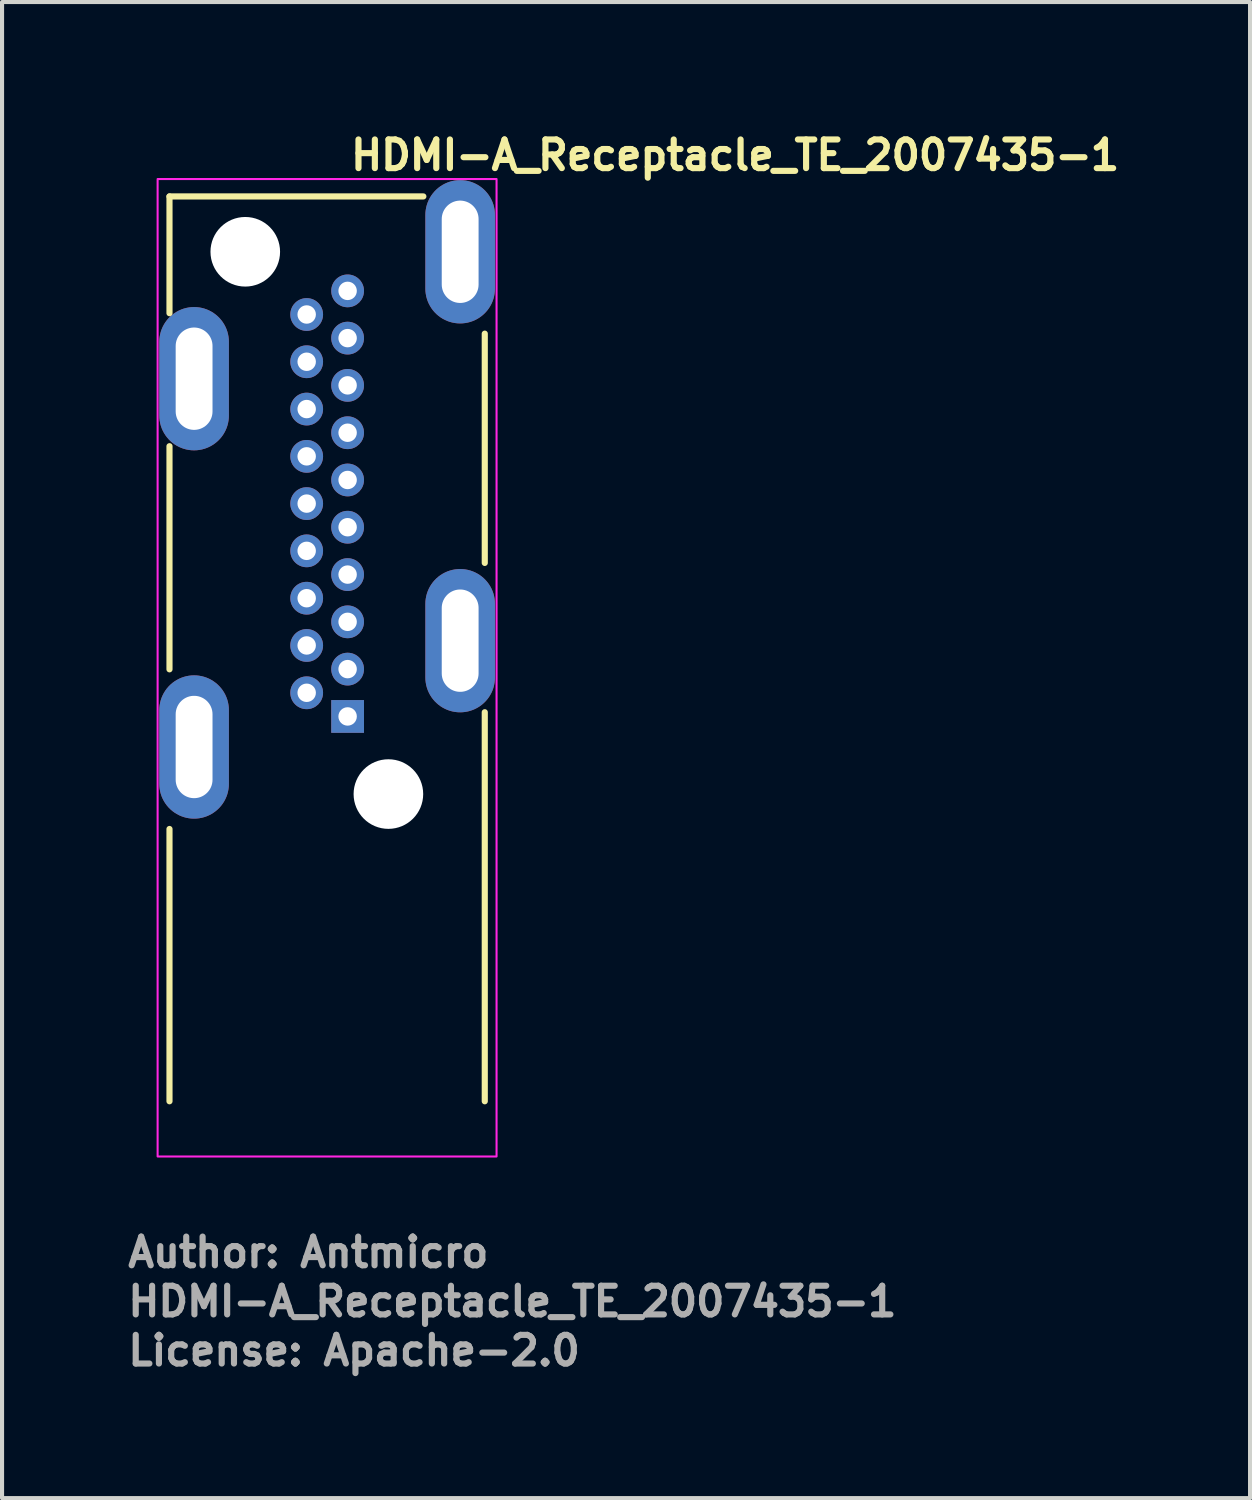
<source format=kicad_pcb>
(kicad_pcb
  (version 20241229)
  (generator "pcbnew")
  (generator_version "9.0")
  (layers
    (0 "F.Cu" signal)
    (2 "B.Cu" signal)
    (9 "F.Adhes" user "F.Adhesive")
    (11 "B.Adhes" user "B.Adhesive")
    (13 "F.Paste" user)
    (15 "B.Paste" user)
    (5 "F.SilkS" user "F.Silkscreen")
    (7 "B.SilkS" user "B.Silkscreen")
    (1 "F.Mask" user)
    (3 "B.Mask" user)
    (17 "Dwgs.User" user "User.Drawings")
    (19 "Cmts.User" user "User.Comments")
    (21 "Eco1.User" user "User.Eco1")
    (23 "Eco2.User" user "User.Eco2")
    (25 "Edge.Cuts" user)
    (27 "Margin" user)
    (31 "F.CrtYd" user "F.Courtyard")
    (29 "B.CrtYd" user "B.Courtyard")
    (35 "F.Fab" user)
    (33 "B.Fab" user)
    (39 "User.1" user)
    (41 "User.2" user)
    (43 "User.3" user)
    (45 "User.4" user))
  (footprint "HDMI-A_Receptacle_TE_2007435-1"
    (layer "F.Cu")
    (at 5.441 14.45)
    (property "Reference" "HDMI-A_Receptacle_TE_2007435-1" (at 0 -13.3 0) (layer "F.SilkS") (effects (font (size 0.7 0.7) (thickness 0.15)) (justify left bottom)))
    (attr through_hole)
    (fp_line (start -4.351 -12.702) (end -4.351 -9.85) (stroke (width 0.15) (type solid)) (layer "F.SilkS"))
    (fp_line (start -4.351 -12.702) (end 1.85 -12.702) (stroke (width 0.15) (type solid)) (layer "F.SilkS"))
    (fp_line (start -4.351 -6.601) (end -4.351 -1.151) (stroke (width 0.15) (type solid)) (layer "F.SilkS"))
    (fp_line (start -4.351 2.749) (end -4.351 9.4) (stroke (width 0.15) (type solid)) (layer "F.SilkS"))
    (fp_line (start 3.35 -9.35) (end 3.35 -3.75) (stroke (width 0.15) (type solid)) (layer "F.SilkS"))
    (fp_line (start 3.35 9.4) (end 3.35 -0.103) (stroke (width 0.15) (type solid)) (layer "F.SilkS"))
    (fp_line (start -4.351 -12.702) (end 3.35 -12.702) (stroke (width 0.127) (type solid)) (layer "Eco2.User"))
    (fp_line (start -4.351 10.4) (end -4.351 -12.702) (stroke (width 0.127) (type solid)) (layer "Eco2.User"))
    (fp_line (start -4.351 10.4) (end 3.35 10.4) (stroke (width 0.127) (type solid)) (layer "Eco2.User"))
    (fp_line (start 3.35 -12.702) (end 3.35 10.4) (stroke (width 0.127) (type solid)) (layer "Eco2.User"))
    (fp_rect (start -4.641 -13.127) (end 3.638 10.749) (stroke (width 0.05) (type solid)) (fill no) (layer "F.CrtYd"))
    (fp_rect (start -4.441 -12.577) (end 3.438 10.499) (stroke (width 0.1) (type solid)) (fill no) (layer "User.5"))
    (fp_line (start -4.441 0.1) (end -4.441 1.6) (stroke (width 0.02) (type solid)) (layer "User.9"))
    (fp_line (start -4.441 0.1) (end -4.127 0.1) (stroke (width 0.02) (type solid)) (layer "User.9"))
    (fp_line (start -4.372 -11.978) (end -4.372 -9.692) (stroke (width 0.02) (type solid)) (layer "User.9"))
    (fp_line (start -4.372 -9.692) (end -3.951 -9.692) (stroke (width 0.02) (type solid)) (layer "User.9"))
    (fp_line (start -4.372 -9.192) (end -4.372 -9.692) (stroke (width 0.02) (type solid)) (layer "User.9"))
    (fp_line (start -4.372 -9.192) (end -3.951 -9.192) (stroke (width 0.02) (type solid)) (layer "User.9"))
    (fp_line (start -4.371 -12.007) (end -4.372 -11.978) (stroke (width 0.02) (type solid)) (layer "User.9"))
    (fp_line (start -4.369 -12.038) (end -4.371 -12.007) (stroke (width 0.02) (type solid)) (layer "User.9"))
    (fp_line (start -4.364 -12.067) (end -4.369 -12.038) (stroke (width 0.02) (type solid)) (layer "User.9"))
    (fp_line (start -4.359 -12.096) (end -4.364 -12.067) (stroke (width 0.02) (type solid)) (layer "User.9"))
    (fp_line (start -4.353 -12.125) (end -4.359 -12.096) (stroke (width 0.02) (type solid)) (layer "User.9"))
    (fp_line (start -4.345 -12.153) (end -4.353 -12.125) (stroke (width 0.02) (type solid)) (layer "User.9"))
    (fp_line (start -4.335 -12.18) (end -4.345 -12.153) (stroke (width 0.02) (type solid)) (layer "User.9"))
    (fp_line (start -4.326 -12.208) (end -4.335 -12.18) (stroke (width 0.02) (type solid)) (layer "User.9"))
    (fp_line (start -4.313 -12.234) (end -4.326 -12.208) (stroke (width 0.02) (type solid)) (layer "User.9"))
    (fp_line (start -4.3 -12.26) (end -4.313 -12.234) (stroke (width 0.02) (type solid)) (layer "User.9"))
    (fp_line (start -4.286 -12.285) (end -4.3 -12.26) (stroke (width 0.02) (type solid)) (layer "User.9"))
    (fp_line (start -4.271 -12.311) (end -4.286 -12.285) (stroke (width 0.02) (type solid)) (layer "User.9"))
    (fp_line (start -4.254 -12.334) (end -4.271 -12.311) (stroke (width 0.02) (type solid)) (layer "User.9"))
    (fp_line (start -4.236 -12.359) (end -4.254 -12.334) (stroke (width 0.02) (type solid)) (layer "User.9"))
    (fp_line (start -4.215 -12.381) (end -4.236 -12.359) (stroke (width 0.02) (type solid)) (layer "User.9"))
    (fp_line (start -4.196 -12.403) (end -4.215 -12.381) (stroke (width 0.02) (type solid)) (layer "User.9"))
    (fp_line (start -4.196 -12.403) (end -4.196 -12.403) (stroke (width 0.02) (type solid)) (layer "User.9"))
    (fp_line (start -4.173 -12.423) (end -4.196 -12.403) (stroke (width 0.02) (type solid)) (layer "User.9"))
    (fp_line (start -4.151 -12.442) (end -4.173 -12.423) (stroke (width 0.02) (type solid)) (layer "User.9"))
    (fp_line (start -4.127 -12.461) (end -4.151 -12.442) (stroke (width 0.02) (type solid)) (layer "User.9"))
    (fp_line (start -4.127 0.1) (end -3.951 0.1) (stroke (width 0.02) (type solid)) (layer "User.9"))
    (fp_line (start -4.127 1.6) (end -4.441 1.6) (stroke (width 0.02) (type solid)) (layer "User.9"))
    (fp_line (start -4.103 -12.477) (end -4.127 -12.461) (stroke (width 0.02) (type solid)) (layer "User.9"))
    (fp_line (start -4.079 -12.493) (end -4.103 -12.477) (stroke (width 0.02) (type solid)) (layer "User.9"))
    (fp_line (start -4.053 -12.507) (end -4.079 -12.493) (stroke (width 0.02) (type solid)) (layer "User.9"))
    (fp_line (start -4.028 -12.52) (end -4.053 -12.507) (stroke (width 0.02) (type solid)) (layer "User.9"))
    (fp_line (start -4 -12.532) (end -4.028 -12.52) (stroke (width 0.02) (type solid)) (layer "User.9"))
    (fp_line (start -3.973 -12.542) (end -4 -12.532) (stroke (width 0.02) (type solid)) (layer "User.9"))
    (fp_line (start -3.951 -11.817) (end -3.95 -11.821) (stroke (width 0.02) (type solid)) (layer "User.9"))
    (fp_line (start -3.951 -11.814) (end -3.95 -11.827) (stroke (width 0.02) (type solid)) (layer "User.9"))
    (fp_line (start -3.951 -11.811) (end -3.951 -11.817) (stroke (width 0.02) (type solid)) (layer "User.9"))
    (fp_line (start -3.951 -11.807) (end -3.951 -11.811) (stroke (width 0.02) (type solid)) (layer "User.9"))
    (fp_line (start -3.951 -11.801) (end -3.951 -11.814) (stroke (width 0.02) (type solid)) (layer "User.9"))
    (fp_line (start -3.951 -11.801) (end -3.951 -11.807) (stroke (width 0.02) (type solid)) (layer "User.9"))
    (fp_line (start -3.951 -9.692) (end -3.951 -11.801) (stroke (width 0.02) (type solid)) (layer "User.9"))
    (fp_line (start -3.951 -9.692) (end -3.951 -9.299) (stroke (width 0.02) (type solid)) (layer "User.9"))
    (fp_line (start -3.951 -9.299) (end -3.951 3.398) (stroke (width 0.02) (type solid)) (layer "User.9"))
    (fp_line (start -3.951 1.6) (end -4.127 1.6) (stroke (width 0.02) (type solid)) (layer "User.9"))
    (fp_line (start -3.95 -11.827) (end -3.948 -11.831) (stroke (width 0.02) (type solid)) (layer "User.9"))
    (fp_line (start -3.95 -11.827) (end -3.947 -11.839) (stroke (width 0.02) (type solid)) (layer "User.9"))
    (fp_line (start -3.95 -11.821) (end -3.95 -11.827) (stroke (width 0.02) (type solid)) (layer "User.9"))
    (fp_line (start -3.948 -11.831) (end -3.947 -11.837) (stroke (width 0.02) (type solid)) (layer "User.9"))
    (fp_line (start -3.947 -11.842) (end -3.946 -11.846) (stroke (width 0.02) (type solid)) (layer "User.9"))
    (fp_line (start -3.947 -11.839) (end -3.944 -11.85) (stroke (width 0.02) (type solid)) (layer "User.9"))
    (fp_line (start -3.947 -11.837) (end -3.947 -11.842) (stroke (width 0.02) (type solid)) (layer "User.9"))
    (fp_line (start -3.946 -12.551) (end -3.973 -12.542) (stroke (width 0.02) (type solid)) (layer "User.9"))
    (fp_line (start -3.946 -11.846) (end -3.944 -11.852) (stroke (width 0.02) (type solid)) (layer "User.9"))
    (fp_line (start -3.944 -11.852) (end -3.943 -11.856) (stroke (width 0.02) (type solid)) (layer "User.9"))
    (fp_line (start -3.944 -11.85) (end -3.942 -11.862) (stroke (width 0.02) (type solid)) (layer "User.9"))
    (fp_line (start -3.943 -11.856) (end -3.942 -11.862) (stroke (width 0.02) (type solid)) (layer "User.9"))
    (fp_line (start -3.942 -11.862) (end -3.94 -11.865) (stroke (width 0.02) (type solid)) (layer "User.9"))
    (fp_line (start -3.942 -11.862) (end -3.938 -11.874) (stroke (width 0.02) (type solid)) (layer "User.9"))
    (fp_line (start -3.94 -11.865) (end -3.939 -11.871) (stroke (width 0.02) (type solid)) (layer "User.9"))
    (fp_line (start -3.939 -11.871) (end -3.936 -11.875) (stroke (width 0.02) (type solid)) (layer "User.9"))
    (fp_line (start -3.938 -11.874) (end -3.932 -11.885) (stroke (width 0.02) (type solid)) (layer "User.9"))
    (fp_line (start -3.936 -11.875) (end -3.935 -11.881) (stroke (width 0.02) (type solid)) (layer "User.9"))
    (fp_line (start -3.932 -11.885) (end -3.927 -11.895) (stroke (width 0.02) (type solid)) (layer "User.9"))
    (fp_line (start -3.927 -11.895) (end -3.92 -11.907) (stroke (width 0.02) (type solid)) (layer "User.9"))
    (fp_line (start -3.92 -11.907) (end -3.915 -11.917) (stroke (width 0.02) (type solid)) (layer "User.9"))
    (fp_line (start -3.918 -12.56) (end -3.946 -12.551) (stroke (width 0.02) (type solid)) (layer "User.9"))
    (fp_line (start -3.915 -11.917) (end -3.907 -11.926) (stroke (width 0.02) (type solid)) (layer "User.9"))
    (fp_line (start -3.907 -11.926) (end -3.899 -11.936) (stroke (width 0.02) (type solid)) (layer "User.9"))
    (fp_line (start -3.899 -11.936) (end -3.89 -11.945) (stroke (width 0.02) (type solid)) (layer "User.9"))
    (fp_line (start -3.89 -11.945) (end -3.88 -11.953) (stroke (width 0.02) (type solid)) (layer "User.9"))
    (fp_line (start -3.888 -12.567) (end -3.918 -12.56) (stroke (width 0.02) (type solid)) (layer "User.9"))
    (fp_line (start -3.88 -11.953) (end -3.871 -11.961) (stroke (width 0.02) (type solid)) (layer "User.9"))
    (fp_line (start -3.871 -11.961) (end -3.86 -11.968) (stroke (width 0.02) (type solid)) (layer "User.9"))
    (fp_line (start -3.86 -12) (end -3.86 -11.968) (stroke (width 0.02) (type solid)) (layer "User.9"))
    (fp_line (start -3.859 -12.571) (end -3.888 -12.567) (stroke (width 0.02) (type solid)) (layer "User.9"))
    (fp_line (start -3.83 -12.574) (end -3.859 -12.571) (stroke (width 0.02) (type solid)) (layer "User.9"))
    (fp_line (start -3.801 -12.577) (end -3.83 -12.574) (stroke (width 0.02) (type solid)) (layer "User.9"))
    (fp_line (start -3.77 -12.577) (end -3.801 -12.577) (stroke (width 0.02) (type solid)) (layer "User.9"))
    (fp_line (start -3.757 -12) (end -3.86 -12) (stroke (width 0.02) (type solid)) (layer "User.9"))
    (fp_line (start -3.757 3.398) (end -3.951 3.398) (stroke (width 0.02) (type solid)) (layer "User.9"))
    (fp_line (start -3.701 -12.577) (end -3.77 -12.577) (stroke (width 0.02) (type solid)) (layer "User.9"))
    (fp_line (start -3.701 -12.577) (end -3.552 -12.577) (stroke (width 0.02) (type solid)) (layer "User.9"))
    (fp_line (start -3.576 1.499) (end -3.576 1.969) (stroke (width 0.02) (type solid)) (layer "User.9"))
    (fp_line (start -3.576 1.969) (end -3.176 3.068) (stroke (width 0.02) (type solid)) (layer "User.9"))
    (fp_line (start -3.552 -12.577) (end -3.378 -12.577) (stroke (width 0.02) (type solid)) (layer "User.9"))
    (fp_line (start -3.5 3.7) (end -3.5 3.398) (stroke (width 0.02) (type solid)) (layer "User.9"))
    (fp_line (start -3.5 3.7) (end -3.448 3.805) (stroke (width 0.02) (type solid)) (layer "User.9"))
    (fp_line (start -3.448 3.805) (end -3.176 4.349) (stroke (width 0.02) (type solid)) (layer "User.9"))
    (fp_line (start -3.378 -12.577) (end -3.202 -12.577) (stroke (width 0.02) (type solid)) (layer "User.9"))
    (fp_line (start -3.322 3.7) (end -3.5 3.7) (stroke (width 0.02) (type solid)) (layer "User.9"))
    (fp_line (start -3.283 -12) (end -3.757 -12) (stroke (width 0.02) (type solid)) (layer "User.9"))
    (fp_line (start -3.283 3.398) (end -3.757 3.398) (stroke (width 0.02) (type solid)) (layer "User.9"))
    (fp_line (start -3.283 3.398) (end -3.176 3.398) (stroke (width 0.02) (type solid)) (layer "User.9"))
    (fp_line (start -3.233 9.076) (end -3.176 8.986) (stroke (width 0.02) (type solid)) (layer "User.9"))
    (fp_line (start -3.233 9.076) (end -3.176 9.111) (stroke (width 0.02) (type solid)) (layer "User.9"))
    (fp_line (start -3.202 -12.577) (end -3.202 -12.343) (stroke (width 0.02) (type solid)) (layer "User.9"))
    (fp_line (start -3.202 -12.577) (end 2.2 -12.577) (stroke (width 0.02) (type solid)) (layer "User.9"))
    (fp_line (start -3.202 -12.343) (end -3.202 -6.479) (stroke (width 0.02) (type solid)) (layer "User.9"))
    (fp_line (start -3.202 -12) (end -3.283 -12) (stroke (width 0.02) (type solid)) (layer "User.9"))
    (fp_line (start -3.202 -6.479) (end -3.202 -5.848) (stroke (width 0.02) (type solid)) (layer "User.9"))
    (fp_line (start -3.2 -6.42) (end -3.202 -6.479) (stroke (width 0.02) (type solid)) (layer "User.9"))
    (fp_line (start -3.2 -5.789) (end -3.202 -5.848) (stroke (width 0.02) (type solid)) (layer "User.9"))
    (fp_line (start -3.194 -6.361) (end -3.2 -6.42) (stroke (width 0.02) (type solid)) (layer "User.9"))
    (fp_line (start -3.194 -5.729) (end -3.2 -5.789) (stroke (width 0.02) (type solid)) (layer "User.9"))
    (fp_line (start -3.189 -6.303) (end -3.194 -6.361) (stroke (width 0.02) (type solid)) (layer "User.9"))
    (fp_line (start -3.189 -5.67) (end -3.194 -5.729) (stroke (width 0.02) (type solid)) (layer "User.9"))
    (fp_line (start -3.18 -6.244) (end -3.189 -6.303) (stroke (width 0.02) (type solid)) (layer "User.9"))
    (fp_line (start -3.18 -5.612) (end -3.189 -5.67) (stroke (width 0.02) (type solid)) (layer "User.9"))
    (fp_line (start -3.176 -5.595) (end -3.176 10.499) (stroke (width 0.02) (type solid)) (layer "User.9"))
    (fp_line (start -3.176 1.499) (end -3.576 1.499) (stroke (width 0.02) (type solid)) (layer "User.9"))
    (fp_line (start -3.176 3.7) (end -3.322 3.7) (stroke (width 0.02) (type solid)) (layer "User.9"))
    (fp_line (start -3.168 -6.186) (end -3.18 -6.244) (stroke (width 0.02) (type solid)) (layer "User.9"))
    (fp_line (start -3.168 -5.555) (end -3.18 -5.612) (stroke (width 0.02) (type solid)) (layer "User.9"))
    (fp_line (start -3.153 -6.13) (end -3.168 -6.186) (stroke (width 0.02) (type solid)) (layer "User.9"))
    (fp_line (start -3.153 -5.499) (end -3.168 -5.555) (stroke (width 0.02) (type solid)) (layer "User.9"))
    (fp_line (start -3.137 -6.074) (end -3.153 -6.13) (stroke (width 0.02) (type solid)) (layer "User.9"))
    (fp_line (start -3.137 -5.441) (end -3.153 -5.499) (stroke (width 0.02) (type solid)) (layer "User.9"))
    (fp_line (start -3.117 -6.018) (end -3.137 -6.074) (stroke (width 0.02) (type solid)) (layer "User.9"))
    (fp_line (start -3.117 -5.385) (end -3.137 -5.441) (stroke (width 0.02) (type solid)) (layer "User.9"))
    (fp_line (start -3.093 -5.962) (end -3.117 -6.018) (stroke (width 0.02) (type solid)) (layer "User.9"))
    (fp_line (start -3.093 -5.33) (end -3.117 -5.385) (stroke (width 0.02) (type solid)) (layer "User.9"))
    (fp_line (start -3.068 -5.907) (end -3.093 -5.962) (stroke (width 0.02) (type solid)) (layer "User.9"))
    (fp_line (start -3.068 -5.276) (end -3.093 -5.33) (stroke (width 0.02) (type solid)) (layer "User.9"))
    (fp_line (start -3.04 -5.853) (end -3.068 -5.907) (stroke (width 0.02) (type solid)) (layer "User.9"))
    (fp_line (start -3.04 -5.221) (end -3.068 -5.276) (stroke (width 0.02) (type solid)) (layer "User.9"))
    (fp_line (start -3.008 -5.8) (end -3.04 -5.853) (stroke (width 0.02) (type solid)) (layer "User.9"))
    (fp_line (start -3.008 -5.169) (end -3.04 -5.221) (stroke (width 0.02) (type solid)) (layer "User.9"))
    (fp_line (start -2.975 -5.747) (end -3.008 -5.8) (stroke (width 0.02) (type solid)) (layer "User.9"))
    (fp_line (start -2.975 -5.116) (end -3.008 -5.169) (stroke (width 0.02) (type solid)) (layer "User.9"))
    (fp_line (start -2.936 -5.696) (end -2.975 -5.747) (stroke (width 0.02) (type solid)) (layer "User.9"))
    (fp_line (start -2.936 -5.063) (end -2.975 -5.116) (stroke (width 0.02) (type solid)) (layer "User.9"))
    (fp_line (start -2.895 -5.643) (end -2.936 -5.696) (stroke (width 0.02) (type solid)) (layer "User.9"))
    (fp_line (start -2.895 -5.013) (end -2.936 -5.063) (stroke (width 0.02) (type solid)) (layer "User.9"))
    (fp_line (start -2.884 10.499) (end -3.176 10.499) (stroke (width 0.02) (type solid)) (layer "User.9"))
    (fp_line (start -2.851 -5.593) (end -2.895 -5.643) (stroke (width 0.02) (type solid)) (layer "User.9"))
    (fp_line (start -2.851 -5.593) (end -1.75 -4.412) (stroke (width 0.02) (type solid)) (layer "User.9"))
    (fp_line (start -2.851 -4.962) (end -2.895 -5.013) (stroke (width 0.02) (type solid)) (layer "User.9"))
    (fp_line (start -2.851 -4.962) (end -1.75 -3.781) (stroke (width 0.02) (type solid)) (layer "User.9"))
    (fp_line (start -2.044 10.499) (end -2.884 10.499) (stroke (width 0.02) (type solid)) (layer "User.9"))
    (fp_line (start -1.877 10.499) (end -2.044 10.499) (stroke (width 0.02) (type solid)) (layer "User.9"))
    (fp_line (start -1.768 10.499) (end -1.877 10.499) (stroke (width 0.02) (type solid)) (layer "User.9"))
    (fp_line (start -1.75 -3.781) (end -1.75 -4.412) (stroke (width 0.02) (type solid)) (layer "User.9"))
    (fp_line (start -1.742 -4.388) (end -1.75 -4.412) (stroke (width 0.02) (type solid)) (layer "User.9"))
    (fp_line (start -1.732 -4.366) (end -1.742 -4.388) (stroke (width 0.02) (type solid)) (layer "User.9"))
    (fp_line (start -1.722 -4.343) (end -1.732 -4.366) (stroke (width 0.02) (type solid)) (layer "User.9"))
    (fp_line (start -1.71 -4.319) (end -1.722 -4.343) (stroke (width 0.02) (type solid)) (layer "User.9"))
    (fp_line (start -1.698 -4.297) (end -1.71 -4.319) (stroke (width 0.02) (type solid)) (layer "User.9"))
    (fp_line (start -1.686 -4.274) (end -1.698 -4.297) (stroke (width 0.02) (type solid)) (layer "User.9"))
    (fp_line (start -1.672 -4.252) (end -1.686 -4.274) (stroke (width 0.02) (type solid)) (layer "User.9"))
    (fp_line (start -1.657 -4.231) (end -1.672 -4.252) (stroke (width 0.02) (type solid)) (layer "User.9"))
    (fp_line (start -1.641 -4.21) (end -1.657 -4.231) (stroke (width 0.02) (type solid)) (layer "User.9"))
    (fp_line (start -1.627 -4.188) (end -1.641 -4.21) (stroke (width 0.02) (type solid)) (layer "User.9"))
    (fp_line (start -1.609 -4.167) (end -1.627 -4.188) (stroke (width 0.02) (type solid)) (layer "User.9"))
    (fp_line (start -1.593 -4.146) (end -1.609 -4.167) (stroke (width 0.02) (type solid)) (layer "User.9"))
    (fp_line (start -1.575 -4.127) (end -1.593 -4.146) (stroke (width 0.02) (type solid)) (layer "User.9"))
    (fp_line (start -1.555 -4.106) (end -1.575 -4.127) (stroke (width 0.02) (type solid)) (layer "User.9"))
    (fp_line (start -1.536 -4.087) (end -1.555 -4.106) (stroke (width 0.02) (type solid)) (layer "User.9"))
    (fp_line (start -1.516 -4.066) (end -1.536 -4.087) (stroke (width 0.02) (type solid)) (layer "User.9"))
    (fp_line (start -1.516 -4.066) (end -1.393 -3.955) (stroke (width 0.02) (type solid)) (layer "User.9"))
    (fp_line (start -1.442 10.499) (end -1.768 10.499) (stroke (width 0.02) (type solid)) (layer "User.9"))
    (fp_line (start -1.442 10.499) (end -1.442 10.499) (stroke (width 0.02) (type solid)) (layer "User.9"))
    (fp_line (start -1.393 -3.955) (end -1.248 -3.819) (stroke (width 0.02) (type solid)) (layer "User.9"))
    (fp_line (start -1.248 -3.819) (end -0.91 -3.501) (stroke (width 0.02) (type solid)) (layer "User.9"))
    (fp_line (start -0.91 10.499) (end -1.442 10.499) (stroke (width 0.02) (type solid)) (layer "User.9"))
    (fp_line (start -0.49 5.084) (end -0.489 5.068) (stroke (width 0.02) (type solid)) (layer "User.9"))
    (fp_line (start -0.49 5.099) (end -0.49 5.084) (stroke (width 0.02) (type solid)) (layer "User.9"))
    (fp_line (start -0.49 5.099) (end -0.49 8.823) (stroke (width 0.02) (type solid)) (layer "User.9"))
    (fp_line (start -0.49 8.833) (end -0.49 8.823) (stroke (width 0.02) (type solid)) (layer "User.9"))
    (fp_line (start -0.49 8.833) (end -0.49 8.823) (stroke (width 0.02) (type solid)) (layer "User.9"))
    (fp_line (start -0.49 8.84) (end -0.49 8.833) (stroke (width 0.02) (type solid)) (layer "User.9"))
    (fp_line (start -0.49 8.84) (end -0.49 8.833) (stroke (width 0.02) (type solid)) (layer "User.9"))
    (fp_line (start -0.489 5.068) (end -0.487 5.054) (stroke (width 0.02) (type solid)) (layer "User.9"))
    (fp_line (start -0.488 8.849) (end -0.49 8.84) (stroke (width 0.02) (type solid)) (layer "User.9"))
    (fp_line (start -0.488 8.849) (end -0.49 8.84) (stroke (width 0.02) (type solid)) (layer "User.9"))
    (fp_line (start -0.487 5.054) (end -0.484 5.038) (stroke (width 0.02) (type solid)) (layer "User.9"))
    (fp_line (start -0.487 8.858) (end -0.488 8.849) (stroke (width 0.02) (type solid)) (layer "User.9"))
    (fp_line (start -0.487 8.858) (end -0.488 8.849) (stroke (width 0.02) (type solid)) (layer "User.9"))
    (fp_line (start -0.485 8.867) (end -0.487 8.858) (stroke (width 0.02) (type solid)) (layer "User.9"))
    (fp_line (start -0.485 8.867) (end -0.487 8.858) (stroke (width 0.02) (type solid)) (layer "User.9"))
    (fp_line (start -0.484 5.038) (end -0.481 5.025) (stroke (width 0.02) (type solid)) (layer "User.9"))
    (fp_line (start -0.483 8.875) (end -0.485 8.867) (stroke (width 0.02) (type solid)) (layer "User.9"))
    (fp_line (start -0.483 8.875) (end -0.485 8.867) (stroke (width 0.02) (type solid)) (layer "User.9"))
    (fp_line (start -0.481 5.025) (end -0.478 5.009) (stroke (width 0.02) (type solid)) (layer "User.9"))
    (fp_line (start -0.48 8.884) (end -0.483 8.875) (stroke (width 0.02) (type solid)) (layer "User.9"))
    (fp_line (start -0.48 8.884) (end -0.483 8.875) (stroke (width 0.02) (type solid)) (layer "User.9"))
    (fp_line (start -0.478 5.009) (end -0.473 4.996) (stroke (width 0.02) (type solid)) (layer "User.9"))
    (fp_line (start -0.478 8.891) (end -0.48 8.884) (stroke (width 0.02) (type solid)) (layer "User.9"))
    (fp_line (start -0.478 8.891) (end -0.48 8.884) (stroke (width 0.02) (type solid)) (layer "User.9"))
    (fp_line (start -0.474 8.9) (end -0.478 8.891) (stroke (width 0.02) (type solid)) (layer "User.9"))
    (fp_line (start -0.474 8.9) (end -0.478 8.891) (stroke (width 0.02) (type solid)) (layer "User.9"))
    (fp_line (start -0.473 4.996) (end -0.468 4.983) (stroke (width 0.02) (type solid)) (layer "User.9"))
    (fp_line (start -0.47 8.906) (end -0.474 8.9) (stroke (width 0.02) (type solid)) (layer "User.9"))
    (fp_line (start -0.47 8.906) (end -0.474 8.9) (stroke (width 0.02) (type solid)) (layer "User.9"))
    (fp_line (start -0.468 4.983) (end -0.462 4.969) (stroke (width 0.02) (type solid)) (layer "User.9"))
    (fp_line (start -0.466 8.913) (end -0.47 8.906) (stroke (width 0.02) (type solid)) (layer "User.9"))
    (fp_line (start -0.466 8.913) (end -0.47 8.906) (stroke (width 0.02) (type solid)) (layer "User.9"))
    (fp_line (start -0.462 4.969) (end -0.455 4.956) (stroke (width 0.02) (type solid)) (layer "User.9"))
    (fp_line (start -0.462 8.922) (end -0.466 8.913) (stroke (width 0.02) (type solid)) (layer "User.9"))
    (fp_line (start -0.462 8.922) (end -0.466 8.913) (stroke (width 0.02) (type solid)) (layer "User.9"))
    (fp_line (start -0.457 8.929) (end -0.462 8.922) (stroke (width 0.02) (type solid)) (layer "User.9"))
    (fp_line (start -0.457 8.929) (end -0.462 8.922) (stroke (width 0.02) (type solid)) (layer "User.9"))
    (fp_line (start -0.455 4.956) (end -0.447 4.943) (stroke (width 0.02) (type solid)) (layer "User.9"))
    (fp_line (start -0.452 8.935) (end -0.457 8.929) (stroke (width 0.02) (type solid)) (layer "User.9"))
    (fp_line (start -0.452 8.935) (end -0.457 8.929) (stroke (width 0.02) (type solid)) (layer "User.9"))
    (fp_line (start -0.447 4.943) (end -0.439 4.932) (stroke (width 0.02) (type solid)) (layer "User.9"))
    (fp_line (start -0.445 8.941) (end -0.452 8.935) (stroke (width 0.02) (type solid)) (layer "User.9"))
    (fp_line (start -0.445 8.941) (end -0.452 8.935) (stroke (width 0.02) (type solid)) (layer "User.9"))
    (fp_line (start -0.439 4.932) (end -0.431 4.919) (stroke (width 0.02) (type solid)) (layer "User.9"))
    (fp_line (start -0.439 8.948) (end -0.445 8.941) (stroke (width 0.02) (type solid)) (layer "User.9"))
    (fp_line (start -0.439 8.948) (end -0.445 8.941) (stroke (width 0.02) (type solid)) (layer "User.9"))
    (fp_line (start -0.433 8.952) (end -0.439 8.948) (stroke (width 0.02) (type solid)) (layer "User.9"))
    (fp_line (start -0.433 8.952) (end -0.439 8.948) (stroke (width 0.02) (type solid)) (layer "User.9"))
    (fp_line (start -0.431 4.919) (end -0.422 4.908) (stroke (width 0.02) (type solid)) (layer "User.9"))
    (fp_line (start -0.427 8.958) (end -0.433 8.952) (stroke (width 0.02) (type solid)) (layer "User.9"))
    (fp_line (start -0.427 8.958) (end -0.433 8.952) (stroke (width 0.02) (type solid)) (layer "User.9"))
    (fp_line (start -0.422 4.908) (end -0.414 4.897) (stroke (width 0.02) (type solid)) (layer "User.9"))
    (fp_line (start -0.42 8.964) (end -0.427 8.958) (stroke (width 0.02) (type solid)) (layer "User.9"))
    (fp_line (start -0.42 8.964) (end -0.427 8.958) (stroke (width 0.02) (type solid)) (layer "User.9"))
    (fp_line (start -0.414 4.897) (end -0.404 4.887) (stroke (width 0.02) (type solid)) (layer "User.9"))
    (fp_line (start -0.414 8.968) (end -0.42 8.964) (stroke (width 0.02) (type solid)) (layer "User.9"))
    (fp_line (start -0.414 8.968) (end -0.42 8.964) (stroke (width 0.02) (type solid)) (layer "User.9"))
    (fp_line (start -0.407 8.974) (end -0.414 8.968) (stroke (width 0.02) (type solid)) (layer "User.9"))
    (fp_line (start -0.407 8.974) (end -0.414 8.968) (stroke (width 0.02) (type solid)) (layer "User.9"))
    (fp_line (start -0.404 4.887) (end -0.393 4.876) (stroke (width 0.02) (type solid)) (layer "User.9"))
    (fp_line (start -0.4 8.977) (end -0.407 8.974) (stroke (width 0.02) (type solid)) (layer "User.9"))
    (fp_line (start -0.4 8.977) (end -0.407 8.974) (stroke (width 0.02) (type solid)) (layer "User.9"))
    (fp_line (start -0.393 4.876) (end -0.381 4.868) (stroke (width 0.02) (type solid)) (layer "User.9"))
    (fp_line (start -0.392 8.981) (end -0.4 8.977) (stroke (width 0.02) (type solid)) (layer "User.9"))
    (fp_line (start -0.392 8.981) (end -0.4 8.977) (stroke (width 0.02) (type solid)) (layer "User.9"))
    (fp_line (start -0.384 8.984) (end -0.392 8.981) (stroke (width 0.02) (type solid)) (layer "User.9"))
    (fp_line (start -0.384 8.984) (end -0.392 8.981) (stroke (width 0.02) (type solid)) (layer "User.9"))
    (fp_line (start -0.381 4.868) (end -0.37 4.858) (stroke (width 0.02) (type solid)) (layer "User.9"))
    (fp_line (start -0.376 8.989) (end -0.384 8.984) (stroke (width 0.02) (type solid)) (layer "User.9"))
    (fp_line (start -0.376 8.989) (end -0.384 8.984) (stroke (width 0.02) (type solid)) (layer "User.9"))
    (fp_line (start -0.37 4.858) (end -0.358 4.85) (stroke (width 0.02) (type solid)) (layer "User.9"))
    (fp_line (start -0.368 8.99) (end -0.376 8.989) (stroke (width 0.02) (type solid)) (layer "User.9"))
    (fp_line (start -0.368 8.99) (end -0.376 8.989) (stroke (width 0.02) (type solid)) (layer "User.9"))
    (fp_line (start -0.359 8.993) (end -0.368 8.99) (stroke (width 0.02) (type solid)) (layer "User.9"))
    (fp_line (start -0.359 8.993) (end -0.368 8.99) (stroke (width 0.02) (type solid)) (layer "User.9"))
    (fp_line (start -0.358 4.85) (end -0.347 4.842) (stroke (width 0.02) (type solid)) (layer "User.9"))
    (fp_line (start -0.352 8.996) (end -0.359 8.993) (stroke (width 0.02) (type solid)) (layer "User.9"))
    (fp_line (start -0.352 8.996) (end -0.359 8.993) (stroke (width 0.02) (type solid)) (layer "User.9"))
    (fp_line (start -0.347 4.842) (end -0.334 4.836) (stroke (width 0.02) (type solid)) (layer "User.9"))
    (fp_line (start -0.343 8.996) (end -0.352 8.996) (stroke (width 0.02) (type solid)) (layer "User.9"))
    (fp_line (start -0.343 8.996) (end -0.352 8.996) (stroke (width 0.02) (type solid)) (layer "User.9"))
    (fp_line (start -0.334 4.836) (end -0.322 4.828) (stroke (width 0.02) (type solid)) (layer "User.9"))
    (fp_line (start -0.334 8.999) (end -0.343 8.996) (stroke (width 0.02) (type solid)) (layer "User.9"))
    (fp_line (start -0.334 8.999) (end -0.343 8.996) (stroke (width 0.02) (type solid)) (layer "User.9"))
    (fp_line (start -0.326 8.999) (end -0.334 8.999) (stroke (width 0.02) (type solid)) (layer "User.9"))
    (fp_line (start -0.326 8.999) (end -0.334 8.999) (stroke (width 0.02) (type solid)) (layer "User.9"))
    (fp_line (start -0.322 4.828) (end -0.307 4.823) (stroke (width 0.02) (type solid)) (layer "User.9"))
    (fp_line (start -0.316 8.999) (end -0.326 8.999) (stroke (width 0.02) (type solid)) (layer "User.9"))
    (fp_line (start -0.316 8.999) (end -0.326 8.999) (stroke (width 0.02) (type solid)) (layer "User.9"))
    (fp_line (start -0.316 8.999) (end -0.316 8.999) (stroke (width 0.02) (type solid)) (layer "User.9"))
    (fp_line (start -0.316 8.999) (end -0.316 8.999) (stroke (width 0.02) (type solid)) (layer "User.9"))
    (fp_line (start -0.315 7.531) (end -0.315 7.466) (stroke (width 0.02) (type solid)) (layer "User.9"))
    (fp_line (start -0.315 7.531) (end -0.299 7.531) (stroke (width 0.02) (type solid)) (layer "User.9"))
    (fp_line (start -0.315 8.365) (end -0.301 8.365) (stroke (width 0.02) (type solid)) (layer "User.9"))
    (fp_line (start -0.315 8.499) (end -0.49 8.499) (stroke (width 0.02) (type solid)) (layer "User.9"))
    (fp_line (start -0.315 8.499) (end -0.301 8.499) (stroke (width 0.02) (type solid)) (layer "User.9"))
    (fp_line (start -0.307 4.823) (end -0.294 4.818) (stroke (width 0.02) (type solid)) (layer "User.9"))
    (fp_line (start -0.306 8.999) (end -0.316 8.999) (stroke (width 0.02) (type solid)) (layer "User.9"))
    (fp_line (start -0.306 8.999) (end -0.316 8.999) (stroke (width 0.02) (type solid)) (layer "User.9"))
    (fp_line (start -0.301 8.365) (end -0.287 8.365) (stroke (width 0.02) (type solid)) (layer "User.9"))
    (fp_line (start -0.301 8.499) (end -0.287 8.496) (stroke (width 0.02) (type solid)) (layer "User.9"))
    (fp_line (start -0.299 7.531) (end -0.283 7.531) (stroke (width 0.02) (type solid)) (layer "User.9"))
    (fp_line (start -0.298 8.999) (end -0.306 8.999) (stroke (width 0.02) (type solid)) (layer "User.9"))
    (fp_line (start -0.298 8.999) (end -0.306 8.999) (stroke (width 0.02) (type solid)) (layer "User.9"))
    (fp_line (start -0.294 4.818) (end -0.281 4.812) (stroke (width 0.02) (type solid)) (layer "User.9"))
    (fp_line (start -0.289 8.997) (end -0.298 8.999) (stroke (width 0.02) (type solid)) (layer "User.9"))
    (fp_line (start -0.289 8.997) (end -0.298 8.999) (stroke (width 0.02) (type solid)) (layer "User.9"))
    (fp_line (start -0.287 8.365) (end -0.273 8.364) (stroke (width 0.02) (type solid)) (layer "User.9"))
    (fp_line (start -0.287 8.496) (end -0.273 8.495) (stroke (width 0.02) (type solid)) (layer "User.9"))
    (fp_line (start -0.283 7.531) (end -0.267 7.53) (stroke (width 0.02) (type solid)) (layer "User.9"))
    (fp_line (start -0.281 4.812) (end -0.266 4.809) (stroke (width 0.02) (type solid)) (layer "User.9"))
    (fp_line (start -0.281 8.996) (end -0.289 8.997) (stroke (width 0.02) (type solid)) (layer "User.9"))
    (fp_line (start -0.281 8.996) (end -0.289 8.997) (stroke (width 0.02) (type solid)) (layer "User.9"))
    (fp_line (start -0.273 8.364) (end -0.259 8.362) (stroke (width 0.02) (type solid)) (layer "User.9"))
    (fp_line (start -0.273 8.495) (end -0.259 8.49) (stroke (width 0.02) (type solid)) (layer "User.9"))
    (fp_line (start -0.273 8.993) (end -0.281 8.996) (stroke (width 0.02) (type solid)) (layer "User.9"))
    (fp_line (start -0.273 8.993) (end -0.281 8.996) (stroke (width 0.02) (type solid)) (layer "User.9"))
    (fp_line (start -0.267 7.53) (end -0.251 7.528) (stroke (width 0.02) (type solid)) (layer "User.9"))
    (fp_line (start -0.266 4.809) (end -0.251 4.805) (stroke (width 0.02) (type solid)) (layer "User.9"))
    (fp_line (start -0.264 8.992) (end -0.273 8.993) (stroke (width 0.02) (type solid)) (layer "User.9"))
    (fp_line (start -0.264 8.992) (end -0.273 8.993) (stroke (width 0.02) (type solid)) (layer "User.9"))
    (fp_line (start -0.259 8.362) (end -0.244 8.361) (stroke (width 0.02) (type solid)) (layer "User.9"))
    (fp_line (start -0.259 8.49) (end -0.245 8.486) (stroke (width 0.02) (type solid)) (layer "User.9"))
    (fp_line (start -0.255 8.989) (end -0.264 8.992) (stroke (width 0.02) (type solid)) (layer "User.9"))
    (fp_line (start -0.255 8.989) (end -0.264 8.992) (stroke (width 0.02) (type solid)) (layer "User.9"))
    (fp_line (start -0.251 4.805) (end -0.237 4.802) (stroke (width 0.02) (type solid)) (layer "User.9"))
    (fp_line (start -0.251 7.528) (end -0.237 7.525) (stroke (width 0.02) (type solid)) (layer "User.9"))
    (fp_line (start -0.247 8.986) (end -0.255 8.989) (stroke (width 0.02) (type solid)) (layer "User.9"))
    (fp_line (start -0.247 8.986) (end -0.255 8.989) (stroke (width 0.02) (type solid)) (layer "User.9"))
    (fp_line (start -0.245 8.486) (end -0.233 8.48) (stroke (width 0.02) (type solid)) (layer "User.9"))
    (fp_line (start -0.244 8.361) (end -0.232 8.358) (stroke (width 0.02) (type solid)) (layer "User.9"))
    (fp_line (start -0.24 8.983) (end -0.247 8.986) (stroke (width 0.02) (type solid)) (layer "User.9"))
    (fp_line (start -0.24 8.983) (end -0.247 8.986) (stroke (width 0.02) (type solid)) (layer "User.9"))
    (fp_line (start -0.237 4.802) (end -0.221 4.801) (stroke (width 0.02) (type solid)) (layer "User.9"))
    (fp_line (start -0.237 7.525) (end -0.221 7.523) (stroke (width 0.02) (type solid)) (layer "User.9"))
    (fp_line (start -0.233 8.48) (end -0.219 8.474) (stroke (width 0.02) (type solid)) (layer "User.9"))
    (fp_line (start -0.233 8.979) (end -0.24 8.983) (stroke (width 0.02) (type solid)) (layer "User.9"))
    (fp_line (start -0.233 8.979) (end -0.24 8.983) (stroke (width 0.02) (type solid)) (layer "User.9"))
    (fp_line (start -0.232 8.358) (end -0.219 8.356) (stroke (width 0.02) (type solid)) (layer "User.9"))
    (fp_line (start -0.224 8.974) (end -0.233 8.979) (stroke (width 0.02) (type solid)) (layer "User.9"))
    (fp_line (start -0.224 8.974) (end -0.233 8.979) (stroke (width 0.02) (type solid)) (layer "User.9"))
    (fp_line (start -0.221 4.801) (end -0.207 4.799) (stroke (width 0.02) (type solid)) (layer "User.9"))
    (fp_line (start -0.221 7.523) (end -0.209 7.52) (stroke (width 0.02) (type solid)) (layer "User.9"))
    (fp_line (start -0.219 8.356) (end -0.207 8.355) (stroke (width 0.02) (type solid)) (layer "User.9"))
    (fp_line (start -0.219 8.474) (end -0.208 8.467) (stroke (width 0.02) (type solid)) (layer "User.9"))
    (fp_line (start -0.217 8.97) (end -0.224 8.974) (stroke (width 0.02) (type solid)) (layer "User.9"))
    (fp_line (start -0.217 8.97) (end -0.224 8.974) (stroke (width 0.02) (type solid)) (layer "User.9"))
    (fp_line (start -0.21 8.964) (end -0.217 8.97) (stroke (width 0.02) (type solid)) (layer "User.9"))
    (fp_line (start -0.21 8.964) (end -0.217 8.97) (stroke (width 0.02) (type solid)) (layer "User.9"))
    (fp_line (start -0.209 7.52) (end -0.195 7.517) (stroke (width 0.02) (type solid)) (layer "User.9"))
    (fp_line (start -0.208 8.467) (end -0.196 8.458) (stroke (width 0.02) (type solid)) (layer "User.9"))
    (fp_line (start -0.207 4.799) (end -0.19 4.799) (stroke (width 0.02) (type solid)) (layer "User.9"))
    (fp_line (start -0.207 8.355) (end -0.196 8.352) (stroke (width 0.02) (type solid)) (layer "User.9"))
    (fp_line (start -0.205 8.96) (end -0.21 8.964) (stroke (width 0.02) (type solid)) (layer "User.9"))
    (fp_line (start -0.205 8.96) (end -0.21 8.964) (stroke (width 0.02) (type solid)) (layer "User.9"))
    (fp_line (start -0.198 8.954) (end -0.205 8.96) (stroke (width 0.02) (type solid)) (layer "User.9"))
    (fp_line (start -0.198 8.954) (end -0.205 8.96) (stroke (width 0.02) (type solid)) (layer "User.9"))
    (fp_line (start -0.196 8.352) (end -0.184 8.349) (stroke (width 0.02) (type solid)) (layer "User.9"))
    (fp_line (start -0.196 8.458) (end -0.184 8.451) (stroke (width 0.02) (type solid)) (layer "User.9"))
    (fp_line (start -0.195 7.517) (end -0.182 7.515) (stroke (width 0.02) (type solid)) (layer "User.9"))
    (fp_line (start -0.191 8.948) (end -0.198 8.954) (stroke (width 0.02) (type solid)) (layer "User.9"))
    (fp_line (start -0.191 8.948) (end -0.198 8.954) (stroke (width 0.02) (type solid)) (layer "User.9"))
    (fp_line (start -0.185 8.942) (end -0.191 8.948) (stroke (width 0.02) (type solid)) (layer "User.9"))
    (fp_line (start -0.185 8.942) (end -0.191 8.948) (stroke (width 0.02) (type solid)) (layer "User.9"))
    (fp_line (start -0.184 8.349) (end -0.174 8.345) (stroke (width 0.02) (type solid)) (layer "User.9"))
    (fp_line (start -0.184 8.451) (end -0.175 8.441) (stroke (width 0.02) (type solid)) (layer "User.9"))
    (fp_line (start -0.182 7.515) (end -0.172 7.51) (stroke (width 0.02) (type solid)) (layer "User.9"))
    (fp_line (start -0.18 8.936) (end -0.185 8.942) (stroke (width 0.02) (type solid)) (layer "User.9"))
    (fp_line (start -0.18 8.936) (end -0.185 8.942) (stroke (width 0.02) (type solid)) (layer "User.9"))
    (fp_line (start -0.175 8.441) (end -0.165 8.431) (stroke (width 0.02) (type solid)) (layer "User.9"))
    (fp_line (start -0.175 8.929) (end -0.18 8.936) (stroke (width 0.02) (type solid)) (layer "User.9"))
    (fp_line (start -0.175 8.929) (end -0.18 8.936) (stroke (width 0.02) (type solid)) (layer "User.9"))
    (fp_line (start -0.174 8.345) (end -0.165 8.342) (stroke (width 0.02) (type solid)) (layer "User.9"))
    (fp_line (start -0.172 7.51) (end -0.16 7.507) (stroke (width 0.02) (type solid)) (layer "User.9"))
    (fp_line (start -0.17 8.922) (end -0.175 8.929) (stroke (width 0.02) (type solid)) (layer "User.9"))
    (fp_line (start -0.17 8.922) (end -0.175 8.929) (stroke (width 0.02) (type solid)) (layer "User.9"))
    (fp_line (start -0.166 8.916) (end -0.17 8.922) (stroke (width 0.02) (type solid)) (layer "User.9"))
    (fp_line (start -0.166 8.916) (end -0.17 8.922) (stroke (width 0.02) (type solid)) (layer "User.9"))
    (fp_line (start -0.165 8.342) (end -0.155 8.339) (stroke (width 0.02) (type solid)) (layer "User.9"))
    (fp_line (start -0.165 8.431) (end -0.155 8.419) (stroke (width 0.02) (type solid)) (layer "User.9"))
    (fp_line (start -0.162 8.909) (end -0.166 8.916) (stroke (width 0.02) (type solid)) (layer "User.9"))
    (fp_line (start -0.162 8.909) (end -0.166 8.916) (stroke (width 0.02) (type solid)) (layer "User.9"))
    (fp_line (start -0.16 7.507) (end -0.15 7.502) (stroke (width 0.02) (type solid)) (layer "User.9"))
    (fp_line (start -0.157 8.9) (end -0.162 8.909) (stroke (width 0.02) (type solid)) (layer "User.9"))
    (fp_line (start -0.157 8.9) (end -0.162 8.909) (stroke (width 0.02) (type solid)) (layer "User.9"))
    (fp_line (start -0.155 8.339) (end -0.146 8.335) (stroke (width 0.02) (type solid)) (layer "User.9"))
    (fp_line (start -0.155 8.419) (end -0.147 8.407) (stroke (width 0.02) (type solid)) (layer "User.9"))
    (fp_line (start -0.153 8.893) (end -0.157 8.9) (stroke (width 0.02) (type solid)) (layer "User.9"))
    (fp_line (start -0.153 8.893) (end -0.157 8.9) (stroke (width 0.02) (type solid)) (layer "User.9"))
    (fp_line (start -0.15 7.502) (end -0.143 7.498) (stroke (width 0.02) (type solid)) (layer "User.9"))
    (fp_line (start -0.15 8.886) (end -0.153 8.893) (stroke (width 0.02) (type solid)) (layer "User.9"))
    (fp_line (start -0.15 8.886) (end -0.153 8.893) (stroke (width 0.02) (type solid)) (layer "User.9"))
    (fp_line (start -0.147 8.407) (end -0.141 8.394) (stroke (width 0.02) (type solid)) (layer "User.9"))
    (fp_line (start -0.147 8.877) (end -0.15 8.886) (stroke (width 0.02) (type solid)) (layer "User.9"))
    (fp_line (start -0.147 8.877) (end -0.15 8.886) (stroke (width 0.02) (type solid)) (layer "User.9"))
    (fp_line (start -0.146 8.335) (end -0.14 8.33) (stroke (width 0.02) (type solid)) (layer "User.9"))
    (fp_line (start -0.145 8.868) (end -0.147 8.877) (stroke (width 0.02) (type solid)) (layer "User.9"))
    (fp_line (start -0.145 8.868) (end -0.147 8.877) (stroke (width 0.02) (type solid)) (layer "User.9"))
    (fp_line (start -0.143 7.498) (end -0.135 7.493) (stroke (width 0.02) (type solid)) (layer "User.9"))
    (fp_line (start -0.143 8.861) (end -0.145 8.868) (stroke (width 0.02) (type solid)) (layer "User.9"))
    (fp_line (start -0.143 8.861) (end -0.145 8.868) (stroke (width 0.02) (type solid)) (layer "User.9"))
    (fp_line (start -0.142 8.852) (end -0.143 8.861) (stroke (width 0.02) (type solid)) (layer "User.9"))
    (fp_line (start -0.142 8.852) (end -0.143 8.861) (stroke (width 0.02) (type solid)) (layer "User.9"))
    (fp_line (start -0.141 8.394) (end -0.134 8.381) (stroke (width 0.02) (type solid)) (layer "User.9"))
    (fp_line (start -0.141 8.842) (end -0.142 8.852) (stroke (width 0.02) (type solid)) (layer "User.9"))
    (fp_line (start -0.141 8.842) (end -0.142 8.852) (stroke (width 0.02) (type solid)) (layer "User.9"))
    (fp_line (start -0.14 8.33) (end -0.134 8.326) (stroke (width 0.02) (type solid)) (layer "User.9"))
    (fp_line (start -0.14 8.835) (end -0.141 8.842) (stroke (width 0.02) (type solid)) (layer "User.9"))
    (fp_line (start -0.14 8.835) (end -0.141 8.842) (stroke (width 0.02) (type solid)) (layer "User.9"))
    (fp_line (start -0.139 8.826) (end -0.14 8.835) (stroke (width 0.02) (type solid)) (layer "User.9"))
    (fp_line (start -0.139 8.826) (end -0.14 8.835) (stroke (width 0.02) (type solid)) (layer "User.9"))
    (fp_line (start -0.139 8.826) (end -0.114 6.629) (stroke (width 0.02) (type solid)) (layer "User.9"))
    (fp_line (start -0.135 7.493) (end -0.128 7.488) (stroke (width 0.02) (type solid)) (layer "User.9"))
    (fp_line (start -0.128 7.488) (end -0.123 7.483) (stroke (width 0.02) (type solid)) (layer "User.9"))
    (fp_line (start -0.117 4.799) (end -0.117 6.858) (stroke (width 0.02) (type solid)) (layer "User.9"))
    (fp_line (start -0.11 6.349) (end -0.114 6.629) (stroke (width 0.02) (type solid)) (layer "User.9"))
    (fp_line (start -0.11 6.349) (end -0.101 5.528) (stroke (width 0.02) (type solid)) (layer "User.9"))
    (fp_line (start -0.101 5.517) (end -0.101 5.528) (stroke (width 0.02) (type solid)) (layer "User.9"))
    (fp_line (start -0.1 5.509) (end -0.101 5.517) (stroke (width 0.02) (type solid)) (layer "User.9"))
    (fp_line (start -0.099 5.32) (end -0.101 5.528) (stroke (width 0.02) (type solid)) (layer "User.9"))
    (fp_line (start -0.099 5.32) (end -0.098 5.312) (stroke (width 0.02) (type solid)) (layer "User.9"))
    (fp_line (start -0.099 5.499) (end -0.1 5.509) (stroke (width 0.02) (type solid)) (layer "User.9"))
    (fp_line (start -0.098 5.302) (end -0.096 5.294) (stroke (width 0.02) (type solid)) (layer "User.9"))
    (fp_line (start -0.098 5.312) (end -0.098 5.302) (stroke (width 0.02) (type solid)) (layer "User.9"))
    (fp_line (start -0.096 5.294) (end -0.094 5.285) (stroke (width 0.02) (type solid)) (layer "User.9"))
    (fp_line (start -0.096 5.491) (end -0.099 5.499) (stroke (width 0.02) (type solid)) (layer "User.9"))
    (fp_line (start -0.094 5.285) (end -0.092 5.275) (stroke (width 0.02) (type solid)) (layer "User.9"))
    (fp_line (start -0.094 5.482) (end -0.096 5.491) (stroke (width 0.02) (type solid)) (layer "User.9"))
    (fp_line (start -0.092 5.275) (end -0.089 5.267) (stroke (width 0.02) (type solid)) (layer "User.9"))
    (fp_line (start -0.091 5.472) (end -0.094 5.482) (stroke (width 0.02) (type solid)) (layer "User.9"))
    (fp_line (start -0.089 5.267) (end -0.087 5.259) (stroke (width 0.02) (type solid)) (layer "User.9"))
    (fp_line (start -0.088 5.464) (end -0.091 5.472) (stroke (width 0.02) (type solid)) (layer "User.9"))
    (fp_line (start -0.087 5.259) (end -0.083 5.251) (stroke (width 0.02) (type solid)) (layer "User.9"))
    (fp_line (start -0.085 5.456) (end -0.088 5.464) (stroke (width 0.02) (type solid)) (layer "User.9"))
    (fp_line (start -0.083 5.251) (end -0.078 5.243) (stroke (width 0.02) (type solid)) (layer "User.9"))
    (fp_line (start -0.08 5.448) (end -0.085 5.456) (stroke (width 0.02) (type solid)) (layer "User.9"))
    (fp_line (start -0.078 5.243) (end -0.073 5.235) (stroke (width 0.02) (type solid)) (layer "User.9"))
    (fp_line (start -0.076 5.44) (end -0.08 5.448) (stroke (width 0.02) (type solid)) (layer "User.9"))
    (fp_line (start -0.073 5.235) (end -0.069 5.227) (stroke (width 0.02) (type solid)) (layer "User.9"))
    (fp_line (start -0.072 5.432) (end -0.076 5.44) (stroke (width 0.02) (type solid)) (layer "User.9"))
    (fp_line (start -0.069 5.227) (end -0.063 5.22) (stroke (width 0.02) (type solid)) (layer "User.9"))
    (fp_line (start -0.067 5.426) (end -0.072 5.432) (stroke (width 0.02) (type solid)) (layer "User.9"))
    (fp_line (start -0.063 5.22) (end -0.058 5.214) (stroke (width 0.02) (type solid)) (layer "User.9"))
    (fp_line (start -0.06 5.419) (end -0.067 5.426) (stroke (width 0.02) (type solid)) (layer "User.9"))
    (fp_line (start -0.059 4.799) (end -0.059 5.214) (stroke (width 0.02) (type solid)) (layer "User.9"))
    (fp_line (start -0.058 5.214) (end -0.052 5.206) (stroke (width 0.02) (type solid)) (layer "User.9"))
    (fp_line (start -0.054 5.411) (end -0.06 5.419) (stroke (width 0.02) (type solid)) (layer "User.9"))
    (fp_line (start -0.052 5.206) (end -0.045 5.201) (stroke (width 0.02) (type solid)) (layer "User.9"))
    (fp_line (start -0.047 5.405) (end -0.054 5.411) (stroke (width 0.02) (type solid)) (layer "User.9"))
    (fp_line (start -0.045 5.201) (end -0.038 5.195) (stroke (width 0.02) (type solid)) (layer "User.9"))
    (fp_line (start -0.042 5.398) (end -0.047 5.405) (stroke (width 0.02) (type solid)) (layer "User.9"))
    (fp_line (start -0.038 5.195) (end -0.031 5.188) (stroke (width 0.02) (type solid)) (layer "User.9"))
    (fp_line (start -0.035 5.392) (end -0.042 5.398) (stroke (width 0.02) (type solid)) (layer "User.9"))
    (fp_line (start -0.031 5.188) (end -0.024 5.182) (stroke (width 0.02) (type solid)) (layer "User.9"))
    (fp_line (start -0.027 5.387) (end -0.035 5.392) (stroke (width 0.02) (type solid)) (layer "User.9"))
    (fp_line (start -0.024 5.182) (end -0.016 5.177) (stroke (width 0.02) (type solid)) (layer "User.9"))
    (fp_line (start -0.019 5.381) (end -0.027 5.387) (stroke (width 0.02) (type solid)) (layer "User.9"))
    (fp_line (start -0.016 5.177) (end -0.008 5.172) (stroke (width 0.02) (type solid)) (layer "User.9"))
    (fp_line (start -0.011 5.376) (end -0.019 5.381) (stroke (width 0.02) (type solid)) (layer "User.9"))
    (fp_line (start -0.008 5.172) (end 0 5.169) (stroke (width 0.02) (type solid)) (layer "User.9"))
    (fp_line (start -0.002 5.373) (end -0.011 5.376) (stroke (width 0.02) (type solid)) (layer "User.9"))
    (fp_line (start 0 5.169) (end 0.009 5.163) (stroke (width 0.02) (type solid)) (layer "User.9"))
    (fp_line (start 0.006 5.368) (end -0.002 5.373) (stroke (width 0.02) (type solid)) (layer "User.9"))
    (fp_line (start 0.009 5.163) (end 0.017 5.16) (stroke (width 0.02) (type solid)) (layer "User.9"))
    (fp_line (start 0.014 5.365) (end 0.006 5.368) (stroke (width 0.02) (type solid)) (layer "User.9"))
    (fp_line (start 0.017 5.16) (end 0.026 5.156) (stroke (width 0.02) (type solid)) (layer "User.9"))
    (fp_line (start 0.022 5.36) (end 0.014 5.365) (stroke (width 0.02) (type solid)) (layer "User.9"))
    (fp_line (start 0.026 5.156) (end 0.035 5.153) (stroke (width 0.02) (type solid)) (layer "User.9"))
    (fp_line (start 0.033 5.358) (end 0.022 5.36) (stroke (width 0.02) (type solid)) (layer "User.9"))
    (fp_line (start 0.035 5.153) (end 0.043 5.15) (stroke (width 0.02) (type solid)) (layer "User.9"))
    (fp_line (start 0.042 5.355) (end 0.033 5.358) (stroke (width 0.02) (type solid)) (layer "User.9"))
    (fp_line (start 0.043 5.15) (end 0.053 5.148) (stroke (width 0.02) (type solid)) (layer "User.9"))
    (fp_line (start 0.051 5.352) (end 0.042 5.355) (stroke (width 0.02) (type solid)) (layer "User.9"))
    (fp_line (start 0.053 5.148) (end 0.062 5.147) (stroke (width 0.02) (type solid)) (layer "User.9"))
    (fp_line (start 0.06 5.35) (end 0.051 5.352) (stroke (width 0.02) (type solid)) (layer "User.9"))
    (fp_line (start 0.062 5.147) (end 0.072 5.145) (stroke (width 0.02) (type solid)) (layer "User.9"))
    (fp_line (start 0.07 5.35) (end 0.06 5.35) (stroke (width 0.02) (type solid)) (layer "User.9"))
    (fp_line (start 0.072 5.145) (end 0.083 5.145) (stroke (width 0.02) (type solid)) (layer "User.9"))
    (fp_line (start 0.08 5.349) (end 0.07 5.35) (stroke (width 0.02) (type solid)) (layer "User.9"))
    (fp_line (start 0.083 5.145) (end 0.092 5.144) (stroke (width 0.02) (type solid)) (layer "User.9"))
    (fp_line (start 0.089 5.347) (end 0.08 5.349) (stroke (width 0.02) (type solid)) (layer "User.9"))
    (fp_line (start 0.092 5.144) (end 0.103 5.144) (stroke (width 0.02) (type solid)) (layer "User.9"))
    (fp_line (start 0.1 5.347) (end 0.089 5.347) (stroke (width 0.02) (type solid)) (layer "User.9"))
    (fp_line (start 0.1 5.347) (end 0.318 5.347) (stroke (width 0.02) (type solid)) (layer "User.9"))
    (fp_line (start 0.103 5.144) (end 0.315 5.144) (stroke (width 0.02) (type solid)) (layer "User.9"))
    (fp_line (start 0.315 5.144) (end 0.326 5.144) (stroke (width 0.02) (type solid)) (layer "User.9"))
    (fp_line (start 0.326 5.144) (end 0.336 5.145) (stroke (width 0.02) (type solid)) (layer "User.9"))
    (fp_line (start 0.329 5.347) (end 0.318 5.347) (stroke (width 0.02) (type solid)) (layer "User.9"))
    (fp_line (start 0.336 5.145) (end 0.346 5.145) (stroke (width 0.02) (type solid)) (layer "User.9"))
    (fp_line (start 0.339 5.349) (end 0.329 5.347) (stroke (width 0.02) (type solid)) (layer "User.9"))
    (fp_line (start 0.346 5.145) (end 0.355 5.147) (stroke (width 0.02) (type solid)) (layer "User.9"))
    (fp_line (start 0.349 5.35) (end 0.339 5.349) (stroke (width 0.02) (type solid)) (layer "User.9"))
    (fp_line (start 0.355 5.147) (end 0.364 5.148) (stroke (width 0.02) (type solid)) (layer "User.9"))
    (fp_line (start 0.357 5.35) (end 0.349 5.35) (stroke (width 0.02) (type solid)) (layer "User.9"))
    (fp_line (start 0.364 5.148) (end 0.374 5.15) (stroke (width 0.02) (type solid)) (layer "User.9"))
    (fp_line (start 0.367 5.352) (end 0.357 5.35) (stroke (width 0.02) (type solid)) (layer "User.9"))
    (fp_line (start 0.374 5.15) (end 0.384 5.153) (stroke (width 0.02) (type solid)) (layer "User.9"))
    (fp_line (start 0.376 5.355) (end 0.367 5.352) (stroke (width 0.02) (type solid)) (layer "User.9"))
    (fp_line (start 0.384 5.153) (end 0.393 5.156) (stroke (width 0.02) (type solid)) (layer "User.9"))
    (fp_line (start 0.386 5.358) (end 0.376 5.355) (stroke (width 0.02) (type solid)) (layer "User.9"))
    (fp_line (start 0.393 5.156) (end 0.402 5.16) (stroke (width 0.02) (type solid)) (layer "User.9"))
    (fp_line (start 0.396 5.36) (end 0.386 5.358) (stroke (width 0.02) (type solid)) (layer "User.9"))
    (fp_line (start 0.402 5.16) (end 0.41 5.163) (stroke (width 0.02) (type solid)) (layer "User.9"))
    (fp_line (start 0.404 5.365) (end 0.396 5.36) (stroke (width 0.02) (type solid)) (layer "User.9"))
    (fp_line (start 0.41 5.163) (end 0.418 5.169) (stroke (width 0.02) (type solid)) (layer "User.9"))
    (fp_line (start 0.413 5.368) (end 0.404 5.365) (stroke (width 0.02) (type solid)) (layer "User.9"))
    (fp_line (start 0.418 5.169) (end 0.426 5.172) (stroke (width 0.02) (type solid)) (layer "User.9"))
    (fp_line (start 0.42 5.373) (end 0.413 5.368) (stroke (width 0.02) (type solid)) (layer "User.9"))
    (fp_line (start 0.426 5.172) (end 0.434 5.177) (stroke (width 0.02) (type solid)) (layer "User.9"))
    (fp_line (start 0.429 5.376) (end 0.42 5.373) (stroke (width 0.02) (type solid)) (layer "User.9"))
    (fp_line (start 0.434 5.177) (end 0.442 5.182) (stroke (width 0.02) (type solid)) (layer "User.9"))
    (fp_line (start 0.437 5.381) (end 0.429 5.376) (stroke (width 0.02) (type solid)) (layer "User.9"))
    (fp_line (start 0.442 5.182) (end 0.45 5.188) (stroke (width 0.02) (type solid)) (layer "User.9"))
    (fp_line (start 0.444 5.387) (end 0.437 5.381) (stroke (width 0.02) (type solid)) (layer "User.9"))
    (fp_line (start 0.45 5.188) (end 0.457 5.195) (stroke (width 0.02) (type solid)) (layer "User.9"))
    (fp_line (start 0.453 5.392) (end 0.444 5.387) (stroke (width 0.02) (type solid)) (layer "User.9"))
    (fp_line (start 0.457 5.195) (end 0.464 5.201) (stroke (width 0.02) (type solid)) (layer "User.9"))
    (fp_line (start 0.46 5.398) (end 0.453 5.392) (stroke (width 0.02) (type solid)) (layer "User.9"))
    (fp_line (start 0.464 5.201) (end 0.47 5.206) (stroke (width 0.02) (type solid)) (layer "User.9"))
    (fp_line (start 0.466 5.405) (end 0.46 5.398) (stroke (width 0.02) (type solid)) (layer "User.9"))
    (fp_line (start 0.47 5.206) (end 0.476 5.214) (stroke (width 0.02) (type solid)) (layer "User.9"))
    (fp_line (start 0.473 5.411) (end 0.466 5.405) (stroke (width 0.02) (type solid)) (layer "User.9"))
    (fp_line (start 0.476 5.214) (end 0.481 5.22) (stroke (width 0.02) (type solid)) (layer "User.9"))
    (fp_line (start 0.479 5.419) (end 0.473 5.411) (stroke (width 0.02) (type solid)) (layer "User.9"))
    (fp_line (start 0.481 5.22) (end 0.486 5.227) (stroke (width 0.02) (type solid)) (layer "User.9"))
    (fp_line (start 0.484 5.426) (end 0.479 5.419) (stroke (width 0.02) (type solid)) (layer "User.9"))
    (fp_line (start 0.486 5.227) (end 0.491 5.235) (stroke (width 0.02) (type solid)) (layer "User.9"))
    (fp_line (start 0.489 5.432) (end 0.484 5.426) (stroke (width 0.02) (type solid)) (layer "User.9"))
    (fp_line (start 0.491 5.235) (end 0.496 5.243) (stroke (width 0.02) (type solid)) (layer "User.9"))
    (fp_line (start 0.494 5.44) (end 0.489 5.432) (stroke (width 0.02) (type solid)) (layer "User.9"))
    (fp_line (start 0.496 5.243) (end 0.5 5.251) (stroke (width 0.02) (type solid)) (layer "User.9"))
    (fp_line (start 0.498 5.448) (end 0.494 5.44) (stroke (width 0.02) (type solid)) (layer "User.9"))
    (fp_line (start 0.5 5.251) (end 0.504 5.259) (stroke (width 0.02) (type solid)) (layer "User.9"))
    (fp_line (start 0.502 5.456) (end 0.498 5.448) (stroke (width 0.02) (type solid)) (layer "User.9"))
    (fp_line (start 0.504 5.259) (end 0.507 5.267) (stroke (width 0.02) (type solid)) (layer "User.9"))
    (fp_line (start 0.506 5.464) (end 0.502 5.456) (stroke (width 0.02) (type solid)) (layer "User.9"))
    (fp_line (start 0.507 5.267) (end 0.51 5.275) (stroke (width 0.02) (type solid)) (layer "User.9"))
    (fp_line (start 0.509 5.472) (end 0.506 5.464) (stroke (width 0.02) (type solid)) (layer "User.9"))
    (fp_line (start 0.51 5.275) (end 0.513 5.285) (stroke (width 0.02) (type solid)) (layer "User.9"))
    (fp_line (start 0.513 5.285) (end 0.515 5.294) (stroke (width 0.02) (type solid)) (layer "User.9"))
    (fp_line (start 0.513 5.482) (end 0.509 5.472) (stroke (width 0.02) (type solid)) (layer "User.9"))
    (fp_line (start 0.515 5.294) (end 0.516 5.302) (stroke (width 0.02) (type solid)) (layer "User.9"))
    (fp_line (start 0.515 5.491) (end 0.513 5.482) (stroke (width 0.02) (type solid)) (layer "User.9"))
    (fp_line (start 0.516 5.302) (end 0.516 5.312) (stroke (width 0.02) (type solid)) (layer "User.9"))
    (fp_line (start 0.516 5.312) (end 0.517 5.32) (stroke (width 0.02) (type solid)) (layer "User.9"))
    (fp_line (start 0.517 5.32) (end 0.519 5.528) (stroke (width 0.02) (type solid)) (layer "User.9"))
    (fp_line (start 0.517 5.32) (end 0.53 6.509) (stroke (width 0.02) (type solid)) (layer "User.9"))
    (fp_line (start 0.517 5.499) (end 0.515 5.491) (stroke (width 0.02) (type solid)) (layer "User.9"))
    (fp_line (start 0.518 5.509) (end 0.517 5.499) (stroke (width 0.02) (type solid)) (layer "User.9"))
    (fp_line (start 0.519 5.517) (end 0.518 5.509) (stroke (width 0.02) (type solid)) (layer "User.9"))
    (fp_line (start 0.519 5.528) (end 0.517 5.32) (stroke (width 0.02) (type solid)) (layer "User.9"))
    (fp_line (start 0.519 5.528) (end 0.519 5.517) (stroke (width 0.02) (type solid)) (layer "User.9"))
    (fp_line (start 0.529 6.349) (end 0.519 5.528) (stroke (width 0.02) (type solid)) (layer "User.9"))
    (fp_line (start 0.529 6.349) (end 0.532 6.629) (stroke (width 0.02) (type solid)) (layer "User.9"))
    (fp_line (start 0.532 6.629) (end 0.53 6.509) (stroke (width 0.02) (type solid)) (layer "User.9"))
    (fp_line (start 0.532 6.629) (end 0.557 8.826) (stroke (width 0.02) (type solid)) (layer "User.9"))
    (fp_line (start 0.541 7.374) (end 0.637 7.422) (stroke (width 0.02) (type solid)) (layer "User.9"))
    (fp_line (start 0.543 7.554) (end 0.55 7.547) (stroke (width 0.02) (type solid)) (layer "User.9"))
    (fp_line (start 0.55 7.547) (end 0.557 7.539) (stroke (width 0.02) (type solid)) (layer "User.9"))
    (fp_line (start 0.557 7.539) (end 0.564 7.531) (stroke (width 0.02) (type solid)) (layer "User.9"))
    (fp_line (start 0.558 8.835) (end 0.557 8.826) (stroke (width 0.02) (type solid)) (layer "User.9"))
    (fp_line (start 0.558 8.835) (end 0.557 8.826) (stroke (width 0.02) (type solid)) (layer "User.9"))
    (fp_line (start 0.559 8.842) (end 0.558 8.835) (stroke (width 0.02) (type solid)) (layer "User.9"))
    (fp_line (start 0.559 8.842) (end 0.558 8.835) (stroke (width 0.02) (type solid)) (layer "User.9"))
    (fp_line (start 0.56 8.852) (end 0.559 8.842) (stroke (width 0.02) (type solid)) (layer "User.9"))
    (fp_line (start 0.56 8.852) (end 0.559 8.842) (stroke (width 0.02) (type solid)) (layer "User.9"))
    (fp_line (start 0.561 8.861) (end 0.56 8.852) (stroke (width 0.02) (type solid)) (layer "User.9"))
    (fp_line (start 0.561 8.861) (end 0.56 8.852) (stroke (width 0.02) (type solid)) (layer "User.9"))
    (fp_line (start 0.563 8.868) (end 0.561 8.861) (stroke (width 0.02) (type solid)) (layer "User.9"))
    (fp_line (start 0.563 8.868) (end 0.561 8.861) (stroke (width 0.02) (type solid)) (layer "User.9"))
    (fp_line (start 0.564 7.531) (end 0.57 7.525) (stroke (width 0.02) (type solid)) (layer "User.9"))
    (fp_line (start 0.566 8.877) (end 0.563 8.868) (stroke (width 0.02) (type solid)) (layer "User.9"))
    (fp_line (start 0.566 8.877) (end 0.563 8.868) (stroke (width 0.02) (type solid)) (layer "User.9"))
    (fp_line (start 0.569 8.886) (end 0.566 8.877) (stroke (width 0.02) (type solid)) (layer "User.9"))
    (fp_line (start 0.569 8.886) (end 0.566 8.877) (stroke (width 0.02) (type solid)) (layer "User.9"))
    (fp_line (start 0.57 7.525) (end 0.576 7.517) (stroke (width 0.02) (type solid)) (layer "User.9"))
    (fp_line (start 0.572 8.893) (end 0.569 8.886) (stroke (width 0.02) (type solid)) (layer "User.9"))
    (fp_line (start 0.572 8.893) (end 0.569 8.886) (stroke (width 0.02) (type solid)) (layer "User.9"))
    (fp_line (start 0.576 7.517) (end 0.582 7.509) (stroke (width 0.02) (type solid)) (layer "User.9"))
    (fp_line (start 0.576 8.9) (end 0.572 8.893) (stroke (width 0.02) (type solid)) (layer "User.9"))
    (fp_line (start 0.576 8.9) (end 0.572 8.893) (stroke (width 0.02) (type solid)) (layer "User.9"))
    (fp_line (start 0.578 8.909) (end 0.576 8.9) (stroke (width 0.02) (type solid)) (layer "User.9"))
    (fp_line (start 0.578 8.909) (end 0.576 8.9) (stroke (width 0.02) (type solid)) (layer "User.9"))
    (fp_line (start 0.582 7.509) (end 0.588 7.501) (stroke (width 0.02) (type solid)) (layer "User.9"))
    (fp_line (start 0.583 8.916) (end 0.578 8.909) (stroke (width 0.02) (type solid)) (layer "User.9"))
    (fp_line (start 0.583 8.916) (end 0.578 8.909) (stroke (width 0.02) (type solid)) (layer "User.9"))
    (fp_line (start 0.587 8.922) (end 0.583 8.916) (stroke (width 0.02) (type solid)) (layer "User.9"))
    (fp_line (start 0.587 8.922) (end 0.583 8.916) (stroke (width 0.02) (type solid)) (layer "User.9"))
    (fp_line (start 0.588 7.501) (end 0.595 7.493) (stroke (width 0.02) (type solid)) (layer "User.9"))
    (fp_line (start 0.592 8.929) (end 0.587 8.922) (stroke (width 0.02) (type solid)) (layer "User.9"))
    (fp_line (start 0.592 8.929) (end 0.587 8.922) (stroke (width 0.02) (type solid)) (layer "User.9"))
    (fp_line (start 0.595 7.493) (end 0.6 7.483) (stroke (width 0.02) (type solid)) (layer "User.9"))
    (fp_line (start 0.598 8.936) (end 0.592 8.929) (stroke (width 0.02) (type solid)) (layer "User.9"))
    (fp_line (start 0.598 8.936) (end 0.592 8.929) (stroke (width 0.02) (type solid)) (layer "User.9"))
    (fp_line (start 0.6 7.483) (end 0.606 7.475) (stroke (width 0.02) (type solid)) (layer "User.9"))
    (fp_line (start 0.603 8.942) (end 0.598 8.936) (stroke (width 0.02) (type solid)) (layer "User.9"))
    (fp_line (start 0.603 8.942) (end 0.598 8.936) (stroke (width 0.02) (type solid)) (layer "User.9"))
    (fp_line (start 0.606 7.475) (end 0.612 7.467) (stroke (width 0.02) (type solid)) (layer "User.9"))
    (fp_line (start 0.608 4.799) (end -0.19 4.799) (stroke (width 0.02) (type solid)) (layer "User.9"))
    (fp_line (start 0.608 4.799) (end 0.624 4.799) (stroke (width 0.02) (type solid)) (layer "User.9"))
    (fp_line (start 0.608 4.799) (end 0.624 4.799) (stroke (width 0.02) (type solid)) (layer "User.9"))
    (fp_line (start 0.609 8.948) (end 0.603 8.942) (stroke (width 0.02) (type solid)) (layer "User.9"))
    (fp_line (start 0.609 8.948) (end 0.603 8.942) (stroke (width 0.02) (type solid)) (layer "User.9"))
    (fp_line (start 0.612 7.467) (end 0.617 7.459) (stroke (width 0.02) (type solid)) (layer "User.9"))
    (fp_line (start 0.615 8.954) (end 0.609 8.948) (stroke (width 0.02) (type solid)) (layer "User.9"))
    (fp_line (start 0.615 8.954) (end 0.609 8.948) (stroke (width 0.02) (type solid)) (layer "User.9"))
    (fp_line (start 0.617 7.459) (end 0.622 7.45) (stroke (width 0.02) (type solid)) (layer "User.9"))
    (fp_line (start 0.622 7.45) (end 0.627 7.44) (stroke (width 0.02) (type solid)) (layer "User.9"))
    (fp_line (start 0.622 8.96) (end 0.615 8.954) (stroke (width 0.02) (type solid)) (layer "User.9"))
    (fp_line (start 0.622 8.96) (end 0.615 8.954) (stroke (width 0.02) (type solid)) (layer "User.9"))
    (fp_line (start 0.624 4.799) (end 0.64 4.801) (stroke (width 0.02) (type solid)) (layer "User.9"))
    (fp_line (start 0.624 4.799) (end 0.64 4.801) (stroke (width 0.02) (type solid)) (layer "User.9"))
    (fp_line (start 0.627 7.44) (end 0.632 7.432) (stroke (width 0.02) (type solid)) (layer "User.9"))
    (fp_line (start 0.628 8.964) (end 0.622 8.96) (stroke (width 0.02) (type solid)) (layer "User.9"))
    (fp_line (start 0.628 8.964) (end 0.622 8.96) (stroke (width 0.02) (type solid)) (layer "User.9"))
    (fp_line (start 0.632 7.432) (end 0.637 7.422) (stroke (width 0.02) (type solid)) (layer "User.9"))
    (fp_line (start 0.635 8.97) (end 0.628 8.964) (stroke (width 0.02) (type solid)) (layer "User.9"))
    (fp_line (start 0.635 8.97) (end 0.628 8.964) (stroke (width 0.02) (type solid)) (layer "User.9"))
    (fp_line (start 0.637 7.422) (end 0.91 6.879) (stroke (width 0.02) (type solid)) (layer "User.9"))
    (fp_line (start 0.64 4.801) (end 0.655 4.802) (stroke (width 0.02) (type solid)) (layer "User.9"))
    (fp_line (start 0.64 4.801) (end 0.655 4.802) (stroke (width 0.02) (type solid)) (layer "User.9"))
    (fp_line (start 0.643 8.974) (end 0.635 8.97) (stroke (width 0.02) (type solid)) (layer "User.9"))
    (fp_line (start 0.643 8.974) (end 0.635 8.97) (stroke (width 0.02) (type solid)) (layer "User.9"))
    (fp_line (start 0.651 8.979) (end 0.643 8.974) (stroke (width 0.02) (type solid)) (layer "User.9"))
    (fp_line (start 0.651 8.979) (end 0.643 8.974) (stroke (width 0.02) (type solid)) (layer "User.9"))
    (fp_line (start 0.655 4.802) (end 0.67 4.805) (stroke (width 0.02) (type solid)) (layer "User.9"))
    (fp_line (start 0.655 4.802) (end 0.67 4.805) (stroke (width 0.02) (type solid)) (layer "User.9"))
    (fp_line (start 0.658 8.983) (end 0.651 8.979) (stroke (width 0.02) (type solid)) (layer "User.9"))
    (fp_line (start 0.658 8.983) (end 0.651 8.979) (stroke (width 0.02) (type solid)) (layer "User.9"))
    (fp_line (start 0.666 8.986) (end 0.658 8.983) (stroke (width 0.02) (type solid)) (layer "User.9"))
    (fp_line (start 0.666 8.986) (end 0.658 8.983) (stroke (width 0.02) (type solid)) (layer "User.9"))
    (fp_line (start 0.67 4.805) (end 0.684 4.809) (stroke (width 0.02) (type solid)) (layer "User.9"))
    (fp_line (start 0.67 4.805) (end 0.684 4.809) (stroke (width 0.02) (type solid)) (layer "User.9"))
    (fp_line (start 0.674 8.989) (end 0.666 8.986) (stroke (width 0.02) (type solid)) (layer "User.9"))
    (fp_line (start 0.674 8.989) (end 0.666 8.986) (stroke (width 0.02) (type solid)) (layer "User.9"))
    (fp_line (start 0.682 8.992) (end 0.674 8.989) (stroke (width 0.02) (type solid)) (layer "User.9"))
    (fp_line (start 0.682 8.992) (end 0.674 8.989) (stroke (width 0.02) (type solid)) (layer "User.9"))
    (fp_line (start 0.684 4.809) (end 0.699 4.812) (stroke (width 0.02) (type solid)) (layer "User.9"))
    (fp_line (start 0.684 4.809) (end 0.699 4.812) (stroke (width 0.02) (type solid)) (layer "User.9"))
    (fp_line (start 0.691 8.993) (end 0.682 8.992) (stroke (width 0.02) (type solid)) (layer "User.9"))
    (fp_line (start 0.691 8.993) (end 0.682 8.992) (stroke (width 0.02) (type solid)) (layer "User.9"))
    (fp_line (start 0.699 4.812) (end 0.712 4.818) (stroke (width 0.02) (type solid)) (layer "User.9"))
    (fp_line (start 0.699 4.812) (end 0.712 4.818) (stroke (width 0.02) (type solid)) (layer "User.9"))
    (fp_line (start 0.699 8.996) (end 0.691 8.993) (stroke (width 0.02) (type solid)) (layer "User.9"))
    (fp_line (start 0.699 8.996) (end 0.691 8.993) (stroke (width 0.02) (type solid)) (layer "User.9"))
    (fp_line (start 0.707 8.997) (end 0.699 8.996) (stroke (width 0.02) (type solid)) (layer "User.9"))
    (fp_line (start 0.707 8.997) (end 0.699 8.996) (stroke (width 0.02) (type solid)) (layer "User.9"))
    (fp_line (start 0.712 4.818) (end 0.725 4.823) (stroke (width 0.02) (type solid)) (layer "User.9"))
    (fp_line (start 0.712 4.818) (end 0.725 4.823) (stroke (width 0.02) (type solid)) (layer "User.9"))
    (fp_line (start 0.716 8.999) (end 0.707 8.997) (stroke (width 0.02) (type solid)) (layer "User.9"))
    (fp_line (start 0.716 8.999) (end 0.707 8.997) (stroke (width 0.02) (type solid)) (layer "User.9"))
    (fp_line (start 0.724 8.999) (end 0.716 8.999) (stroke (width 0.02) (type solid)) (layer "User.9"))
    (fp_line (start 0.724 8.999) (end 0.716 8.999) (stroke (width 0.02) (type solid)) (layer "User.9"))
    (fp_line (start 0.725 4.823) (end 0.739 4.828) (stroke (width 0.02) (type solid)) (layer "User.9"))
    (fp_line (start 0.725 4.823) (end 0.739 4.828) (stroke (width 0.02) (type solid)) (layer "User.9"))
    (fp_line (start 0.733 8.999) (end 0.724 8.999) (stroke (width 0.02) (type solid)) (layer "User.9"))
    (fp_line (start 0.733 8.999) (end 0.724 8.999) (stroke (width 0.02) (type solid)) (layer "User.9"))
    (fp_line (start 0.733 8.999) (end 0.733 8.999) (stroke (width 0.02) (type solid)) (layer "User.9"))
    (fp_line (start 0.733 8.999) (end 0.733 8.999) (stroke (width 0.02) (type solid)) (layer "User.9"))
    (fp_line (start 0.739 4.828) (end 0.751 4.836) (stroke (width 0.02) (type solid)) (layer "User.9"))
    (fp_line (start 0.739 4.828) (end 0.751 4.836) (stroke (width 0.02) (type solid)) (layer "User.9"))
    (fp_line (start 0.743 8.999) (end 0.733 8.999) (stroke (width 0.02) (type solid)) (layer "User.9"))
    (fp_line (start 0.743 8.999) (end 0.733 8.999) (stroke (width 0.02) (type solid)) (layer "User.9"))
    (fp_line (start 0.751 4.836) (end 0.764 4.842) (stroke (width 0.02) (type solid)) (layer "User.9"))
    (fp_line (start 0.751 4.836) (end 0.764 4.842) (stroke (width 0.02) (type solid)) (layer "User.9"))
    (fp_line (start 0.751 8.999) (end 0.743 8.999) (stroke (width 0.02) (type solid)) (layer "User.9"))
    (fp_line (start 0.751 8.999) (end 0.743 8.999) (stroke (width 0.02) (type solid)) (layer "User.9"))
    (fp_line (start 0.76 8.996) (end 0.751 8.999) (stroke (width 0.02) (type solid)) (layer "User.9"))
    (fp_line (start 0.76 8.996) (end 0.751 8.999) (stroke (width 0.02) (type solid)) (layer "User.9"))
    (fp_line (start 0.764 4.842) (end 0.777 4.85) (stroke (width 0.02) (type solid)) (layer "User.9"))
    (fp_line (start 0.764 4.842) (end 0.777 4.85) (stroke (width 0.02) (type solid)) (layer "User.9"))
    (fp_line (start 0.77 8.996) (end 0.76 8.996) (stroke (width 0.02) (type solid)) (layer "User.9"))
    (fp_line (start 0.77 8.996) (end 0.76 8.996) (stroke (width 0.02) (type solid)) (layer "User.9"))
    (fp_line (start 0.777 4.85) (end 0.789 4.858) (stroke (width 0.02) (type solid)) (layer "User.9"))
    (fp_line (start 0.777 4.85) (end 0.789 4.858) (stroke (width 0.02) (type solid)) (layer "User.9"))
    (fp_line (start 0.778 8.993) (end 0.77 8.996) (stroke (width 0.02) (type solid)) (layer "User.9"))
    (fp_line (start 0.778 8.993) (end 0.77 8.996) (stroke (width 0.02) (type solid)) (layer "User.9"))
    (fp_line (start 0.787 8.99) (end 0.778 8.993) (stroke (width 0.02) (type solid)) (layer "User.9"))
    (fp_line (start 0.787 8.99) (end 0.778 8.993) (stroke (width 0.02) (type solid)) (layer "User.9"))
    (fp_line (start 0.789 4.858) (end 0.8 4.868) (stroke (width 0.02) (type solid)) (layer "User.9"))
    (fp_line (start 0.789 4.858) (end 0.8 4.868) (stroke (width 0.02) (type solid)) (layer "User.9"))
    (fp_line (start 0.795 8.989) (end 0.787 8.99) (stroke (width 0.02) (type solid)) (layer "User.9"))
    (fp_line (start 0.795 8.989) (end 0.787 8.99) (stroke (width 0.02) (type solid)) (layer "User.9"))
    (fp_line (start 0.8 4.868) (end 0.811 4.876) (stroke (width 0.02) (type solid)) (layer "User.9"))
    (fp_line (start 0.8 4.868) (end 0.811 4.876) (stroke (width 0.02) (type solid)) (layer "User.9"))
    (fp_line (start 0.803 8.984) (end 0.795 8.989) (stroke (width 0.02) (type solid)) (layer "User.9"))
    (fp_line (start 0.803 8.984) (end 0.795 8.989) (stroke (width 0.02) (type solid)) (layer "User.9"))
    (fp_line (start 0.81 8.981) (end 0.803 8.984) (stroke (width 0.02) (type solid)) (layer "User.9"))
    (fp_line (start 0.81 8.981) (end 0.803 8.984) (stroke (width 0.02) (type solid)) (layer "User.9"))
    (fp_line (start 0.811 4.876) (end 0.822 4.887) (stroke (width 0.02) (type solid)) (layer "User.9"))
    (fp_line (start 0.811 4.876) (end 0.822 4.887) (stroke (width 0.02) (type solid)) (layer "User.9"))
    (fp_line (start 0.818 8.977) (end 0.81 8.981) (stroke (width 0.02) (type solid)) (layer "User.9"))
    (fp_line (start 0.818 8.977) (end 0.81 8.981) (stroke (width 0.02) (type solid)) (layer "User.9"))
    (fp_line (start 0.822 4.887) (end 0.832 4.897) (stroke (width 0.02) (type solid)) (layer "User.9"))
    (fp_line (start 0.822 4.887) (end 0.832 4.897) (stroke (width 0.02) (type solid)) (layer "User.9"))
    (fp_line (start 0.825 8.974) (end 0.818 8.977) (stroke (width 0.02) (type solid)) (layer "User.9"))
    (fp_line (start 0.825 8.974) (end 0.818 8.977) (stroke (width 0.02) (type solid)) (layer "User.9"))
    (fp_line (start 0.832 4.897) (end 0.84 4.908) (stroke (width 0.02) (type solid)) (layer "User.9"))
    (fp_line (start 0.832 4.897) (end 0.84 4.908) (stroke (width 0.02) (type solid)) (layer "User.9"))
    (fp_line (start 0.832 8.968) (end 0.825 8.974) (stroke (width 0.02) (type solid)) (layer "User.9"))
    (fp_line (start 0.832 8.968) (end 0.825 8.974) (stroke (width 0.02) (type solid)) (layer "User.9"))
    (fp_line (start 0.838 8.964) (end 0.832 8.968) (stroke (width 0.02) (type solid)) (layer "User.9"))
    (fp_line (start 0.838 8.964) (end 0.832 8.968) (stroke (width 0.02) (type solid)) (layer "User.9"))
    (fp_line (start 0.84 4.908) (end 0.849 4.919) (stroke (width 0.02) (type solid)) (layer "User.9"))
    (fp_line (start 0.84 4.908) (end 0.849 4.919) (stroke (width 0.02) (type solid)) (layer "User.9"))
    (fp_line (start 0.845 8.958) (end 0.838 8.964) (stroke (width 0.02) (type solid)) (layer "User.9"))
    (fp_line (start 0.845 8.958) (end 0.838 8.964) (stroke (width 0.02) (type solid)) (layer "User.9"))
    (fp_line (start 0.849 4.919) (end 0.857 4.932) (stroke (width 0.02) (type solid)) (layer "User.9"))
    (fp_line (start 0.849 4.919) (end 0.857 4.932) (stroke (width 0.02) (type solid)) (layer "User.9"))
    (fp_line (start 0.851 8.952) (end 0.845 8.958) (stroke (width 0.02) (type solid)) (layer "User.9"))
    (fp_line (start 0.851 8.952) (end 0.845 8.958) (stroke (width 0.02) (type solid)) (layer "User.9"))
    (fp_line (start 0.857 4.932) (end 0.865 4.943) (stroke (width 0.02) (type solid)) (layer "User.9"))
    (fp_line (start 0.857 4.932) (end 0.865 4.943) (stroke (width 0.02) (type solid)) (layer "User.9"))
    (fp_line (start 0.857 8.948) (end 0.851 8.952) (stroke (width 0.02) (type solid)) (layer "User.9"))
    (fp_line (start 0.857 8.948) (end 0.851 8.952) (stroke (width 0.02) (type solid)) (layer "User.9"))
    (fp_line (start 0.863 8.941) (end 0.857 8.948) (stroke (width 0.02) (type solid)) (layer "User.9"))
    (fp_line (start 0.863 8.941) (end 0.857 8.948) (stroke (width 0.02) (type solid)) (layer "User.9"))
    (fp_line (start 0.865 4.943) (end 0.872 4.956) (stroke (width 0.02) (type solid)) (layer "User.9"))
    (fp_line (start 0.865 4.943) (end 0.872 4.956) (stroke (width 0.02) (type solid)) (layer "User.9"))
    (fp_line (start 0.869 8.935) (end 0.863 8.941) (stroke (width 0.02) (type solid)) (layer "User.9"))
    (fp_line (start 0.869 8.935) (end 0.863 8.941) (stroke (width 0.02) (type solid)) (layer "User.9"))
    (fp_line (start 0.872 4.956) (end 0.879 4.969) (stroke (width 0.02) (type solid)) (layer "User.9"))
    (fp_line (start 0.872 4.956) (end 0.879 4.969) (stroke (width 0.02) (type solid)) (layer "User.9"))
    (fp_line (start 0.874 8.929) (end 0.869 8.935) (stroke (width 0.02) (type solid)) (layer "User.9"))
    (fp_line (start 0.874 8.929) (end 0.869 8.935) (stroke (width 0.02) (type solid)) (layer "User.9"))
    (fp_line (start 0.879 4.969) (end 0.885 4.983) (stroke (width 0.02) (type solid)) (layer "User.9"))
    (fp_line (start 0.879 4.969) (end 0.885 4.983) (stroke (width 0.02) (type solid)) (layer "User.9"))
    (fp_line (start 0.879 8.922) (end 0.874 8.929) (stroke (width 0.02) (type solid)) (layer "User.9"))
    (fp_line (start 0.879 8.922) (end 0.874 8.929) (stroke (width 0.02) (type solid)) (layer "User.9"))
    (fp_line (start 0.883 8.913) (end 0.879 8.922) (stroke (width 0.02) (type solid)) (layer "User.9"))
    (fp_line (start 0.883 8.913) (end 0.879 8.922) (stroke (width 0.02) (type solid)) (layer "User.9"))
    (fp_line (start 0.885 4.983) (end 0.89 4.996) (stroke (width 0.02) (type solid)) (layer "User.9"))
    (fp_line (start 0.885 4.983) (end 0.89 4.996) (stroke (width 0.02) (type solid)) (layer "User.9"))
    (fp_line (start 0.887 8.906) (end 0.883 8.913) (stroke (width 0.02) (type solid)) (layer "User.9"))
    (fp_line (start 0.887 8.906) (end 0.883 8.913) (stroke (width 0.02) (type solid)) (layer "User.9"))
    (fp_line (start 0.89 4.996) (end 0.896 5.009) (stroke (width 0.02) (type solid)) (layer "User.9"))
    (fp_line (start 0.89 4.996) (end 0.896 5.009) (stroke (width 0.02) (type solid)) (layer "User.9"))
    (fp_line (start 0.891 8.9) (end 0.887 8.906) (stroke (width 0.02) (type solid)) (layer "User.9"))
    (fp_line (start 0.891 8.9) (end 0.887 8.906) (stroke (width 0.02) (type solid)) (layer "User.9"))
    (fp_line (start 0.896 5.009) (end 0.9 5.025) (stroke (width 0.02) (type solid)) (layer "User.9"))
    (fp_line (start 0.896 5.009) (end 0.9 5.025) (stroke (width 0.02) (type solid)) (layer "User.9"))
    (fp_line (start 0.896 8.891) (end 0.891 8.9) (stroke (width 0.02) (type solid)) (layer "User.9"))
    (fp_line (start 0.896 8.891) (end 0.891 8.9) (stroke (width 0.02) (type solid)) (layer "User.9"))
    (fp_line (start 0.899 8.884) (end 0.896 8.891) (stroke (width 0.02) (type solid)) (layer "User.9"))
    (fp_line (start 0.899 8.884) (end 0.896 8.891) (stroke (width 0.02) (type solid)) (layer "User.9"))
    (fp_line (start 0.9 5.025) (end 0.903 5.038) (stroke (width 0.02) (type solid)) (layer "User.9"))
    (fp_line (start 0.9 5.025) (end 0.903 5.038) (stroke (width 0.02) (type solid)) (layer "User.9"))
    (fp_line (start 0.902 8.875) (end 0.899 8.884) (stroke (width 0.02) (type solid)) (layer "User.9"))
    (fp_line (start 0.902 8.875) (end 0.899 8.884) (stroke (width 0.02) (type solid)) (layer "User.9"))
    (fp_line (start 0.903 5.038) (end 0.906 5.054) (stroke (width 0.02) (type solid)) (layer "User.9"))
    (fp_line (start 0.903 5.038) (end 0.906 5.054) (stroke (width 0.02) (type solid)) (layer "User.9"))
    (fp_line (start 0.904 8.867) (end 0.902 8.875) (stroke (width 0.02) (type solid)) (layer "User.9"))
    (fp_line (start 0.904 8.867) (end 0.902 8.875) (stroke (width 0.02) (type solid)) (layer "User.9"))
    (fp_line (start 0.906 5.054) (end 0.908 5.068) (stroke (width 0.02) (type solid)) (layer "User.9"))
    (fp_line (start 0.906 5.054) (end 0.908 5.068) (stroke (width 0.02) (type solid)) (layer "User.9"))
    (fp_line (start 0.906 8.858) (end 0.904 8.867) (stroke (width 0.02) (type solid)) (layer "User.9"))
    (fp_line (start 0.906 8.858) (end 0.904 8.867) (stroke (width 0.02) (type solid)) (layer "User.9"))
    (fp_line (start 0.907 8.849) (end 0.906 8.858) (stroke (width 0.02) (type solid)) (layer "User.9"))
    (fp_line (start 0.907 8.849) (end 0.906 8.858) (stroke (width 0.02) (type solid)) (layer "User.9"))
    (fp_line (start 0.908 5.068) (end 0.909 5.084) (stroke (width 0.02) (type solid)) (layer "User.9"))
    (fp_line (start 0.908 5.068) (end 0.909 5.084) (stroke (width 0.02) (type solid)) (layer "User.9"))
    (fp_line (start 0.909 5.084) (end 0.91 5.099) (stroke (width 0.02) (type solid)) (layer "User.9"))
    (fp_line (start 0.909 5.084) (end 0.91 5.099) (stroke (width 0.02) (type solid)) (layer "User.9"))
    (fp_line (start 0.909 8.833) (end 0.909 8.84) (stroke (width 0.02) (type solid)) (layer "User.9"))
    (fp_line (start 0.909 8.833) (end 0.909 8.84) (stroke (width 0.02) (type solid)) (layer "User.9"))
    (fp_line (start 0.909 8.84) (end 0.907 8.849) (stroke (width 0.02) (type solid)) (layer "User.9"))
    (fp_line (start 0.909 8.84) (end 0.907 8.849) (stroke (width 0.02) (type solid)) (layer "User.9"))
    (fp_line (start 0.91 8.823) (end 0.909 8.833) (stroke (width 0.02) (type solid)) (layer "User.9"))
    (fp_line (start 0.91 8.823) (end 0.909 8.833) (stroke (width 0.02) (type solid)) (layer "User.9"))
    (fp_line (start 0.91 8.823) (end 0.91 5.099) (stroke (width 0.02) (type solid)) (layer "User.9"))
    (fp_line (start 1.273 -3.501) (end 1.612 -3.819) (stroke (width 0.02) (type solid)) (layer "User.9"))
    (fp_line (start 1.273 10.499) (end -0.91 10.499) (stroke (width 0.02) (type solid)) (layer "User.9"))
    (fp_line (start 1.612 -3.819) (end 1.759 -3.955) (stroke (width 0.02) (type solid)) (layer "User.9"))
    (fp_line (start 1.759 -3.955) (end 1.88 -4.066) (stroke (width 0.02) (type solid)) (layer "User.9"))
    (fp_line (start 1.91 10.499) (end 1.273 10.499) (stroke (width 0.02) (type solid)) (layer "User.9"))
    (fp_line (start 1.91 10.499) (end 1.91 10.499) (stroke (width 0.02) (type solid)) (layer "User.9"))
    (fp_line (start 1.918 -4.103) (end 1.88 -4.066) (stroke (width 0.02) (type solid)) (layer "User.9"))
    (fp_line (start 1.951 -4.141) (end 1.918 -4.103) (stroke (width 0.02) (type solid)) (layer "User.9"))
    (fp_line (start 1.977 10.499) (end 1.91 10.499) (stroke (width 0.02) (type solid)) (layer "User.9"))
    (fp_line (start 1.977 10.499) (end 1.977 10.499) (stroke (width 0.02) (type solid)) (layer "User.9"))
    (fp_line (start 1.983 -4.18) (end 1.951 -4.141) (stroke (width 0.02) (type solid)) (layer "User.9"))
    (fp_line (start 2.012 -4.218) (end 1.983 -4.18) (stroke (width 0.02) (type solid)) (layer "User.9"))
    (fp_line (start 2.036 10.499) (end 1.977 10.499) (stroke (width 0.02) (type solid)) (layer "User.9"))
    (fp_line (start 2.036 10.499) (end 2.036 10.499) (stroke (width 0.02) (type solid)) (layer "User.9"))
    (fp_line (start 2.039 -4.258) (end 2.012 -4.218) (stroke (width 0.02) (type solid)) (layer "User.9"))
    (fp_line (start 2.063 -4.298) (end 2.039 -4.258) (stroke (width 0.02) (type solid)) (layer "User.9"))
    (fp_line (start 2.084 -4.34) (end 2.063 -4.298) (stroke (width 0.02) (type solid)) (layer "User.9"))
    (fp_line (start 2.084 10.499) (end 2.036 10.499) (stroke (width 0.02) (type solid)) (layer "User.9"))
    (fp_line (start 2.084 10.499) (end 2.084 10.499) (stroke (width 0.02) (type solid)) (layer "User.9"))
    (fp_line (start 2.104 -4.382) (end 2.084 -4.34) (stroke (width 0.02) (type solid)) (layer "User.9"))
    (fp_line (start 2.12 -4.423) (end 2.104 -4.382) (stroke (width 0.02) (type solid)) (layer "User.9"))
    (fp_line (start 2.124 10.499) (end 2.084 10.499) (stroke (width 0.02) (type solid)) (layer "User.9"))
    (fp_line (start 2.124 10.499) (end 2.124 10.499) (stroke (width 0.02) (type solid)) (layer "User.9"))
    (fp_line (start 2.133 -4.465) (end 2.12 -4.423) (stroke (width 0.02) (type solid)) (layer "User.9"))
    (fp_line (start 2.145 -4.508) (end 2.133 -4.465) (stroke (width 0.02) (type solid)) (layer "User.9"))
    (fp_line (start 2.152 10.499) (end 2.124 10.499) (stroke (width 0.02) (type solid)) (layer "User.9"))
    (fp_line (start 2.152 10.499) (end 2.152 10.499) (stroke (width 0.02) (type solid)) (layer "User.9"))
    (fp_line (start 2.156 -4.553) (end 2.145 -4.508) (stroke (width 0.02) (type solid)) (layer "User.9"))
    (fp_line (start 2.164 -4.596) (end 2.156 -4.553) (stroke (width 0.02) (type solid)) (layer "User.9"))
    (fp_line (start 2.168 -4.641) (end 2.164 -4.596) (stroke (width 0.02) (type solid)) (layer "User.9"))
    (fp_line (start 2.168 10.499) (end 2.152 10.499) (stroke (width 0.02) (type solid)) (layer "User.9"))
    (fp_line (start 2.168 10.499) (end 2.168 10.499) (stroke (width 0.02) (type solid)) (layer "User.9"))
    (fp_line (start 2.172 -4.686) (end 2.168 -4.641) (stroke (width 0.02) (type solid)) (layer "User.9"))
    (fp_line (start 2.173 -4.733) (end 2.172 -4.686) (stroke (width 0.02) (type solid)) (layer "User.9"))
    (fp_line (start 2.173 -4.1) (end 2.173 -4.733) (stroke (width 0.02) (type solid)) (layer "User.9"))
    (fp_line (start 2.173 3.068) (end 2.575 1.969) (stroke (width 0.02) (type solid)) (layer "User.9"))
    (fp_line (start 2.173 3.318) (end 2.175 3.317) (stroke (width 0.02) (type solid)) (layer "User.9"))
    (fp_line (start 2.173 4.349) (end 2.447 3.805) (stroke (width 0.02) (type solid)) (layer "User.9"))
    (fp_line (start 2.173 8.326) (end 2.241 8.428) (stroke (width 0.02) (type solid)) (layer "User.9"))
    (fp_line (start 2.173 8.531) (end 2.268 8.468) (stroke (width 0.02) (type solid)) (layer "User.9"))
    (fp_line (start 2.173 10.499) (end 2.168 10.499) (stroke (width 0.02) (type solid)) (layer "User.9"))
    (fp_line (start 2.173 10.499) (end 2.173 -4.1) (stroke (width 0.02) (type solid)) (layer "User.9"))
    (fp_line (start 2.175 3.316) (end 2.176 3.313) (stroke (width 0.02) (type solid)) (layer "User.9"))
    (fp_line (start 2.175 3.317) (end 2.175 3.316) (stroke (width 0.02) (type solid)) (layer "User.9"))
    (fp_line (start 2.176 3.312) (end 2.177 3.309) (stroke (width 0.02) (type solid)) (layer "User.9"))
    (fp_line (start 2.176 3.313) (end 2.176 3.312) (stroke (width 0.02) (type solid)) (layer "User.9"))
    (fp_line (start 2.177 3.309) (end 2.178 3.308) (stroke (width 0.02) (type solid)) (layer "User.9"))
    (fp_line (start 2.178 3.308) (end 2.18 3.305) (stroke (width 0.02) (type solid)) (layer "User.9"))
    (fp_line (start 2.18 3.305) (end 2.181 3.304) (stroke (width 0.02) (type solid)) (layer "User.9"))
    (fp_line (start 2.181 3.304) (end 2.184 3.302) (stroke (width 0.02) (type solid)) (layer "User.9"))
    (fp_line (start 2.184 3.302) (end 2.185 3.301) (stroke (width 0.02) (type solid)) (layer "User.9"))
    (fp_line (start 2.185 3.301) (end 2.188 3.298) (stroke (width 0.02) (type solid)) (layer "User.9"))
    (fp_line (start 2.188 3.298) (end 2.189 3.297) (stroke (width 0.02) (type solid)) (layer "User.9"))
    (fp_line (start 2.189 3.297) (end 2.193 3.296) (stroke (width 0.02) (type solid)) (layer "User.9"))
    (fp_line (start 2.193 3.296) (end 2.196 3.293) (stroke (width 0.02) (type solid)) (layer "User.9"))
    (fp_line (start 2.196 3.293) (end 2.198 3.292) (stroke (width 0.02) (type solid)) (layer "User.9"))
    (fp_line (start 2.198 3.292) (end 2.201 3.289) (stroke (width 0.02) (type solid)) (layer "User.9"))
    (fp_line (start 2.2 -12.577) (end 2.2 -12.343) (stroke (width 0.02) (type solid)) (layer "User.9"))
    (fp_line (start 2.2 -12.577) (end 2.375 -12.577) (stroke (width 0.02) (type solid)) (layer "User.9"))
    (fp_line (start 2.2 -12.343) (end 2.2 -4.733) (stroke (width 0.02) (type solid)) (layer "User.9"))
    (fp_line (start 2.2 -4.733) (end 2.173 -4.733) (stroke (width 0.02) (type solid)) (layer "User.9"))
    (fp_line (start 2.2 -4.1) (end 2.173 -4.1) (stroke (width 0.02) (type solid)) (layer "User.9"))
    (fp_line (start 2.2 -4.1) (end 2.2 -4.733) (stroke (width 0.02) (type solid)) (layer "User.9"))
    (fp_line (start 2.201 3.289) (end 2.205 3.289) (stroke (width 0.02) (type solid)) (layer "User.9"))
    (fp_line (start 2.205 3.289) (end 2.209 3.286) (stroke (width 0.02) (type solid)) (layer "User.9"))
    (fp_line (start 2.209 3.286) (end 2.213 3.285) (stroke (width 0.02) (type solid)) (layer "User.9"))
    (fp_line (start 2.213 3.285) (end 2.217 3.284) (stroke (width 0.02) (type solid)) (layer "User.9"))
    (fp_line (start 2.217 3.284) (end 2.221 3.281) (stroke (width 0.02) (type solid)) (layer "User.9"))
    (fp_line (start 2.221 3.281) (end 2.225 3.28) (stroke (width 0.02) (type solid)) (layer "User.9"))
    (fp_line (start 2.225 3.28) (end 2.23 3.278) (stroke (width 0.02) (type solid)) (layer "User.9"))
    (fp_line (start 2.23 3.278) (end 2.236 3.277) (stroke (width 0.02) (type solid)) (layer "User.9"))
    (fp_line (start 2.236 3.277) (end 2.245 3.273) (stroke (width 0.02) (type solid)) (layer "User.9"))
    (fp_line (start 2.241 8.428) (end 2.241 8.428) (stroke (width 0.02) (type solid)) (layer "User.9"))
    (fp_line (start 2.241 8.428) (end 2.268 8.468) (stroke (width 0.02) (type solid)) (layer "User.9"))
    (fp_line (start 2.245 3.273) (end 2.257 3.27) (stroke (width 0.02) (type solid)) (layer "User.9"))
    (fp_line (start 2.257 3.27) (end 2.269 3.268) (stroke (width 0.02) (type solid)) (layer "User.9"))
    (fp_line (start 2.269 3.268) (end 2.281 3.265) (stroke (width 0.02) (type solid)) (layer "User.9"))
    (fp_line (start 2.281 -12) (end 2.2 -12) (stroke (width 0.02) (type solid)) (layer "User.9"))
    (fp_line (start 2.319 3.7) (end 2.173 3.7) (stroke (width 0.02) (type solid)) (layer "User.9"))
    (fp_line (start 2.375 -12.577) (end 2.551 -12.577) (stroke (width 0.02) (type solid)) (layer "User.9"))
    (fp_line (start 2.447 3.805) (end 2.499 3.7) (stroke (width 0.02) (type solid)) (layer "User.9"))
    (fp_line (start 2.499 3.7) (end 2.319 3.7) (stroke (width 0.02) (type solid)) (layer "User.9"))
    (fp_line (start 2.499 3.7) (end 2.499 3.216) (stroke (width 0.02) (type solid)) (layer "User.9"))
    (fp_line (start 2.551 -12.577) (end 2.7 -12.577) (stroke (width 0.02) (type solid)) (layer "User.9"))
    (fp_line (start 2.575 1.499) (end 2.173 1.499) (stroke (width 0.02) (type solid)) (layer "User.9"))
    (fp_line (start 2.575 1.969) (end 2.575 1.499) (stroke (width 0.02) (type solid)) (layer "User.9"))
    (fp_line (start 2.754 -12) (end 2.281 -12) (stroke (width 0.02) (type solid)) (layer "User.9"))
    (fp_line (start 2.754 3.159) (end 2.281 3.265) (stroke (width 0.02) (type solid)) (layer "User.9"))
    (fp_line (start 2.769 -12.577) (end 2.7 -12.577) (stroke (width 0.02) (type solid)) (layer "User.9"))
    (fp_line (start 2.778 3.153) (end 2.754 3.159) (stroke (width 0.02) (type solid)) (layer "User.9"))
    (fp_line (start 2.798 -12.577) (end 2.769 -12.577) (stroke (width 0.02) (type solid)) (layer "User.9"))
    (fp_line (start 2.8 3.148) (end 2.778 3.153) (stroke (width 0.02) (type solid)) (layer "User.9"))
    (fp_line (start 2.821 3.141) (end 2.8 3.148) (stroke (width 0.02) (type solid)) (layer "User.9"))
    (fp_line (start 2.829 -12.574) (end 2.798 -12.577) (stroke (width 0.02) (type solid)) (layer "User.9"))
    (fp_line (start 2.839 3.136) (end 2.821 3.141) (stroke (width 0.02) (type solid)) (layer "User.9"))
    (fp_line (start 2.847 3.133) (end 2.839 3.136) (stroke (width 0.02) (type solid)) (layer "User.9"))
    (fp_line (start 2.857 3.131) (end 2.847 3.133) (stroke (width 0.02) (type solid)) (layer "User.9"))
    (fp_line (start 2.858 -12.571) (end 2.829 -12.574) (stroke (width 0.02) (type solid)) (layer "User.9"))
    (fp_line (start 2.858 -12) (end 2.754 -12) (stroke (width 0.02) (type solid)) (layer "User.9"))
    (fp_line (start 2.858 -12) (end 2.858 -11.968) (stroke (width 0.02) (type solid)) (layer "User.9"))
    (fp_line (start 2.858 -11.968) (end 2.87 -11.961) (stroke (width 0.02) (type solid)) (layer "User.9"))
    (fp_line (start 2.865 3.128) (end 2.857 3.131) (stroke (width 0.02) (type solid)) (layer "User.9"))
    (fp_line (start 2.87 -11.961) (end 2.878 -11.953) (stroke (width 0.02) (type solid)) (layer "User.9"))
    (fp_line (start 2.873 3.124) (end 2.865 3.128) (stroke (width 0.02) (type solid)) (layer "User.9"))
    (fp_line (start 2.878 -11.953) (end 2.887 -11.945) (stroke (width 0.02) (type solid)) (layer "User.9"))
    (fp_line (start 2.879 3.121) (end 2.873 3.124) (stroke (width 0.02) (type solid)) (layer "User.9"))
    (fp_line (start 2.886 -12.567) (end 2.858 -12.571) (stroke (width 0.02) (type solid)) (layer "User.9"))
    (fp_line (start 2.886 3.119) (end 2.879 3.121) (stroke (width 0.02) (type solid)) (layer "User.9"))
    (fp_line (start 2.887 -11.945) (end 2.897 -11.936) (stroke (width 0.02) (type solid)) (layer "User.9"))
    (fp_line (start 2.894 3.116) (end 2.886 3.119) (stroke (width 0.02) (type solid)) (layer "User.9"))
    (fp_line (start 2.897 -11.936) (end 2.905 -11.926) (stroke (width 0.02) (type solid)) (layer "User.9"))
    (fp_line (start 2.899 3.112) (end 2.894 3.116) (stroke (width 0.02) (type solid)) (layer "User.9"))
    (fp_line (start 2.905 -11.926) (end 2.913 -11.917) (stroke (width 0.02) (type solid)) (layer "User.9"))
    (fp_line (start 2.906 3.109) (end 2.899 3.112) (stroke (width 0.02) (type solid)) (layer "User.9"))
    (fp_line (start 2.91 3.107) (end 2.906 3.109) (stroke (width 0.02) (type solid)) (layer "User.9"))
    (fp_line (start 2.913 -11.917) (end 2.918 -11.907) (stroke (width 0.02) (type solid)) (layer "User.9"))
    (fp_line (start 2.915 -12.56) (end 2.886 -12.567) (stroke (width 0.02) (type solid)) (layer "User.9"))
    (fp_line (start 2.915 3.103) (end 2.91 3.107) (stroke (width 0.02) (type solid)) (layer "User.9"))
    (fp_line (start 2.918 -11.907) (end 2.925 -11.897) (stroke (width 0.02) (type solid)) (layer "User.9"))
    (fp_line (start 2.921 3.1) (end 2.915 3.103) (stroke (width 0.02) (type solid)) (layer "User.9"))
    (fp_line (start 2.925 -11.897) (end 2.93 -11.885) (stroke (width 0.02) (type solid)) (layer "User.9"))
    (fp_line (start 2.926 3.096) (end 2.921 3.1) (stroke (width 0.02) (type solid)) (layer "User.9"))
    (fp_line (start 2.93 -11.885) (end 2.935 -11.874) (stroke (width 0.02) (type solid)) (layer "User.9"))
    (fp_line (start 2.93 3.093) (end 2.926 3.096) (stroke (width 0.02) (type solid)) (layer "User.9"))
    (fp_line (start 2.933 -11.881) (end 2.934 -11.875) (stroke (width 0.02) (type solid)) (layer "User.9"))
    (fp_line (start 2.933 3.091) (end 2.93 3.093) (stroke (width 0.02) (type solid)) (layer "User.9"))
    (fp_line (start 2.934 -11.875) (end 2.937 -11.871) (stroke (width 0.02) (type solid)) (layer "User.9"))
    (fp_line (start 2.935 -11.874) (end 2.939 -11.862) (stroke (width 0.02) (type solid)) (layer "User.9"))
    (fp_line (start 2.937 -11.871) (end 2.938 -11.865) (stroke (width 0.02) (type solid)) (layer "User.9"))
    (fp_line (start 2.937 3.087) (end 2.933 3.091) (stroke (width 0.02) (type solid)) (layer "User.9"))
    (fp_line (start 2.938 -11.865) (end 2.939 -11.862) (stroke (width 0.02) (type solid)) (layer "User.9"))
    (fp_line (start 2.938 3.084) (end 2.937 3.087) (stroke (width 0.02) (type solid)) (layer "User.9"))
    (fp_line (start 2.939 -11.862) (end 2.942 -11.856) (stroke (width 0.02) (type solid)) (layer "User.9"))
    (fp_line (start 2.939 -11.862) (end 2.942 -11.85) (stroke (width 0.02) (type solid)) (layer "User.9"))
    (fp_line (start 2.942 -11.856) (end 2.942 -11.852) (stroke (width 0.02) (type solid)) (layer "User.9"))
    (fp_line (start 2.942 -11.852) (end 2.943 -11.846) (stroke (width 0.02) (type solid)) (layer "User.9"))
    (fp_line (start 2.942 -11.85) (end 2.946 -11.839) (stroke (width 0.02) (type solid)) (layer "User.9"))
    (fp_line (start 2.942 3.08) (end 2.938 3.084) (stroke (width 0.02) (type solid)) (layer "User.9"))
    (fp_line (start 2.943 -12.551) (end 2.915 -12.56) (stroke (width 0.02) (type solid)) (layer "User.9"))
    (fp_line (start 2.943 -11.846) (end 2.944 -11.842) (stroke (width 0.02) (type solid)) (layer "User.9"))
    (fp_line (start 2.943 3.077) (end 2.942 3.08) (stroke (width 0.02) (type solid)) (layer "User.9"))
    (fp_line (start 2.944 -11.842) (end 2.946 -11.837) (stroke (width 0.02) (type solid)) (layer "User.9"))
    (fp_line (start 2.946 -11.839) (end 2.947 -11.827) (stroke (width 0.02) (type solid)) (layer "User.9"))
    (fp_line (start 2.946 -11.837) (end 2.947 -11.831) (stroke (width 0.02) (type solid)) (layer "User.9"))
    (fp_line (start 2.946 3.073) (end 2.943 3.077) (stroke (width 0.02) (type solid)) (layer "User.9"))
    (fp_line (start 2.947 -11.831) (end 2.947 -11.827) (stroke (width 0.02) (type solid)) (layer "User.9"))
    (fp_line (start 2.947 -11.827) (end 2.947 -11.821) (stroke (width 0.02) (type solid)) (layer "User.9"))
    (fp_line (start 2.947 -11.827) (end 2.948 -11.814) (stroke (width 0.02) (type solid)) (layer "User.9"))
    (fp_line (start 2.947 -11.821) (end 2.948 -11.817) (stroke (width 0.02) (type solid)) (layer "User.9"))
    (fp_line (start 2.947 3.067) (end 2.947 3.071) (stroke (width 0.02) (type solid)) (layer "User.9"))
    (fp_line (start 2.947 3.071) (end 2.946 3.073) (stroke (width 0.02) (type solid)) (layer "User.9"))
    (fp_line (start 2.948 -11.817) (end 2.948 -11.811) (stroke (width 0.02) (type solid)) (layer "User.9"))
    (fp_line (start 2.948 -11.814) (end 2.95 -11.801) (stroke (width 0.02) (type solid)) (layer "User.9"))
    (fp_line (start 2.948 -11.811) (end 2.948 -11.807) (stroke (width 0.02) (type solid)) (layer "User.9"))
    (fp_line (start 2.948 -11.807) (end 2.95 -11.801) (stroke (width 0.02) (type solid)) (layer "User.9"))
    (fp_line (start 2.948 3.063) (end 2.947 3.067) (stroke (width 0.02) (type solid)) (layer "User.9"))
    (fp_line (start 2.95 -11.801) (end 2.95 -9.692) (stroke (width 0.02) (type solid)) (layer "User.9"))
    (fp_line (start 2.95 -9.692) (end 3.37 -9.692) (stroke (width 0.02) (type solid)) (layer "User.9"))
    (fp_line (start 2.95 -9.299) (end 2.95 -9.692) (stroke (width 0.02) (type solid)) (layer "User.9"))
    (fp_line (start 2.95 -9.192) (end 3.37 -9.192) (stroke (width 0.02) (type solid)) (layer "User.9"))
    (fp_line (start 2.95 -1) (end 3.124 -1) (stroke (width 0.02) (type solid)) (layer "User.9"))
    (fp_line (start 2.95 3.06) (end 2.948 3.063) (stroke (width 0.02) (type solid)) (layer "User.9"))
    (fp_line (start 2.95 3.06) (end 2.95 -9.299) (stroke (width 0.02) (type solid)) (layer "User.9"))
    (fp_line (start 2.971 -12.542) (end 2.943 -12.551) (stroke (width 0.02) (type solid)) (layer "User.9"))
    (fp_line (start 2.999 -12.532) (end 2.971 -12.542) (stroke (width 0.02) (type solid)) (layer "User.9"))
    (fp_line (start 3.026 -12.52) (end 2.999 -12.532) (stroke (width 0.02) (type solid)) (layer "User.9"))
    (fp_line (start 3.051 -12.507) (end 3.026 -12.52) (stroke (width 0.02) (type solid)) (layer "User.9"))
    (fp_line (start 3.077 -12.493) (end 3.051 -12.507) (stroke (width 0.02) (type solid)) (layer "User.9"))
    (fp_line (start 3.101 -12.477) (end 3.077 -12.493) (stroke (width 0.02) (type solid)) (layer "User.9"))
    (fp_line (start 3.124 -2.5) (end 2.95 -2.5) (stroke (width 0.02) (type solid)) (layer "User.9"))
    (fp_line (start 3.125 -12.461) (end 3.101 -12.477) (stroke (width 0.02) (type solid)) (layer "User.9"))
    (fp_line (start 3.149 -12.442) (end 3.125 -12.461) (stroke (width 0.02) (type solid)) (layer "User.9"))
    (fp_line (start 3.172 -12.423) (end 3.149 -12.442) (stroke (width 0.02) (type solid)) (layer "User.9"))
    (fp_line (start 3.193 -12.403) (end 3.172 -12.423) (stroke (width 0.02) (type solid)) (layer "User.9"))
    (fp_line (start 3.193 -12.403) (end 3.193 -12.403) (stroke (width 0.02) (type solid)) (layer "User.9"))
    (fp_line (start 3.213 -12.381) (end 3.193 -12.403) (stroke (width 0.02) (type solid)) (layer "User.9"))
    (fp_line (start 3.233 -12.359) (end 3.213 -12.381) (stroke (width 0.02) (type solid)) (layer "User.9"))
    (fp_line (start 3.252 -12.334) (end 3.233 -12.359) (stroke (width 0.02) (type solid)) (layer "User.9"))
    (fp_line (start 3.269 -12.311) (end 3.252 -12.334) (stroke (width 0.02) (type solid)) (layer "User.9"))
    (fp_line (start 3.284 -12.285) (end 3.269 -12.311) (stroke (width 0.02) (type solid)) (layer "User.9"))
    (fp_line (start 3.298 -12.26) (end 3.284 -12.285) (stroke (width 0.02) (type solid)) (layer "User.9"))
    (fp_line (start 3.312 -12.234) (end 3.298 -12.26) (stroke (width 0.02) (type solid)) (layer "User.9"))
    (fp_line (start 3.324 -12.208) (end 3.312 -12.234) (stroke (width 0.02) (type solid)) (layer "User.9"))
    (fp_line (start 3.334 -12.18) (end 3.324 -12.208) (stroke (width 0.02) (type solid)) (layer "User.9"))
    (fp_line (start 3.343 -12.153) (end 3.334 -12.18) (stroke (width 0.02) (type solid)) (layer "User.9"))
    (fp_line (start 3.35 -12.125) (end 3.343 -12.153) (stroke (width 0.02) (type solid)) (layer "User.9"))
    (fp_line (start 3.358 -12.096) (end 3.35 -12.125) (stroke (width 0.02) (type solid)) (layer "User.9"))
    (fp_line (start 3.362 -12.067) (end 3.358 -12.096) (stroke (width 0.02) (type solid)) (layer "User.9"))
    (fp_line (start 3.366 -12.038) (end 3.362 -12.067) (stroke (width 0.02) (type solid)) (layer "User.9"))
    (fp_line (start 3.369 -12.007) (end 3.366 -12.038) (stroke (width 0.02) (type solid)) (layer "User.9"))
    (fp_line (start 3.37 -11.978) (end 3.369 -12.007) (stroke (width 0.02) (type solid)) (layer "User.9"))
    (fp_line (start 3.37 -9.692) (end 3.37 -11.978) (stroke (width 0.02) (type solid)) (layer "User.9"))
    (fp_line (start 3.37 -9.692) (end 3.37 -9.192) (stroke (width 0.02) (type solid)) (layer "User.9"))
    (fp_line (start 3.438 -2.5) (end 3.124 -2.5) (stroke (width 0.02) (type solid)) (layer "User.9"))
    (fp_line (start 3.438 -2.5) (end 3.438 -1) (stroke (width 0.02) (type solid)) (layer "User.9"))
    (fp_line (start 3.438 -1) (end 3.124 -1) (stroke (width 0.02) (type solid)) (layer "User.9"))
    (fp_text user "License: Apache-2.0" (at -5.441 15.899 0) (layer "F.Fab") (effects (font (size 0.7 0.7) (thickness 0.15)) (justify left bottom)))
    (fp_text user "Author: Antmicro" (at -5.441 13.499 0) (layer "F.Fab") (effects (font (size 0.7 0.7) (thickness 0.15)) (justify left bottom)))
    (fp_text user "${REFERENCE}" (at -5.441 14.699 0) (layer "F.Fab") (effects (font (size 0.7 0.7) (thickness 0.15)) (justify left bottom)))
    (pad "" np_thru_hole circle (at -2.5 -11.35) (size 1.7 1.7) (drill 1.7) (layers "*.Cu" "*.Mask"))
    (pad "" np_thru_hole circle (at 0.996 1.896) (size 1.7 1.7) (drill 1.7) (layers "*.Cu" "*.Mask"))
    (pad "1" thru_hole rect (at 0 0) (size 0.8 0.8) (drill 0.45) (layers "*.Cu" "*.Mask"))
    (pad "2" thru_hole circle (at -1 -0.578) (size 0.8 0.8) (drill 0.45) (layers "*.Cu" "*.Mask"))
    (pad "3" thru_hole circle (at 0 -1.156) (size 0.8 0.8) (drill 0.45) (layers "*.Cu" "*.Mask"))
    (pad "4" thru_hole circle (at -1 -1.734) (size 0.8 0.8) (drill 0.45) (layers "*.Cu" "*.Mask"))
    (pad "5" thru_hole circle (at 0 -2.311) (size 0.8 0.8) (drill 0.45) (layers "*.Cu" "*.Mask"))
    (pad "6" thru_hole circle (at -1 -2.888) (size 0.8 0.8) (drill 0.45) (layers "*.Cu" "*.Mask"))
    (pad "7" thru_hole circle (at 0 -3.465) (size 0.8 0.8) (drill 0.45) (layers "*.Cu" "*.Mask"))
    (pad "8" thru_hole circle (at -1 -4.045) (size 0.8 0.8) (drill 0.45) (layers "*.Cu" "*.Mask"))
    (pad "9" thru_hole circle (at 0 -4.622) (size 0.8 0.8) (drill 0.45) (layers "*.Cu" "*.Mask"))
    (pad "10" thru_hole circle (at -1 -5.199) (size 0.8 0.8) (drill 0.45) (layers "*.Cu" "*.Mask"))
    (pad "11" thru_hole circle (at 0 -5.776) (size 0.8 0.8) (drill 0.45) (layers "*.Cu" "*.Mask"))
    (pad "12" thru_hole circle (at -1 -6.353) (size 0.8 0.8) (drill 0.45) (layers "*.Cu" "*.Mask"))
    (pad "13" thru_hole circle (at 0 -6.93) (size 0.8 0.8) (drill 0.45) (layers "*.Cu" "*.Mask"))
    (pad "14" thru_hole circle (at -1 -7.508) (size 0.8 0.8) (drill 0.45) (layers "*.Cu" "*.Mask"))
    (pad "15" thru_hole circle (at 0 -8.087) (size 0.8 0.8) (drill 0.45) (layers "*.Cu" "*.Mask"))
    (pad "16" thru_hole circle (at -1 -8.664) (size 0.8 0.8) (drill 0.45) (layers "*.Cu" "*.Mask"))
    (pad "17" thru_hole circle (at 0 -9.241) (size 0.8 0.8) (drill 0.45) (layers "*.Cu" "*.Mask"))
    (pad "18" thru_hole circle (at -1 -9.818) (size 0.8 0.8) (drill 0.45) (layers "*.Cu" "*.Mask"))
    (pad "19" thru_hole circle (at 0 -10.395) (size 0.8 0.8) (drill 0.45) (layers "*.Cu" "*.Mask"))
    (pad "SH" thru_hole oval (at -3.75 -8.25 90) (size 3.5 1.7) (drill oval 2.5 0.9) (layers "*.Cu" "*.Mask"))
    (pad "SH" thru_hole oval (at -3.75 0.746 90) (size 3.5 1.7) (drill oval 2.5 0.9) (layers "*.Cu" "*.Mask"))
    (pad "SH" thru_hole oval (at 2.749 -11.35 90) (size 3.5 1.7) (drill oval 2.5 0.9) (layers "*.Cu" "*.Mask"))
    (pad "SH" thru_hole oval (at 2.749 -1.851 90) (size 3.5 1.7) (drill oval 2.5 0.9) (layers "*.Cu" "*.Mask")))
  (gr_rect
    (start -3 -3)
    (end 27.484 33.544)
    (stroke (width 0.1) (type default))
    (fill no)
    (layer "Edge.Cuts")))
</source>
